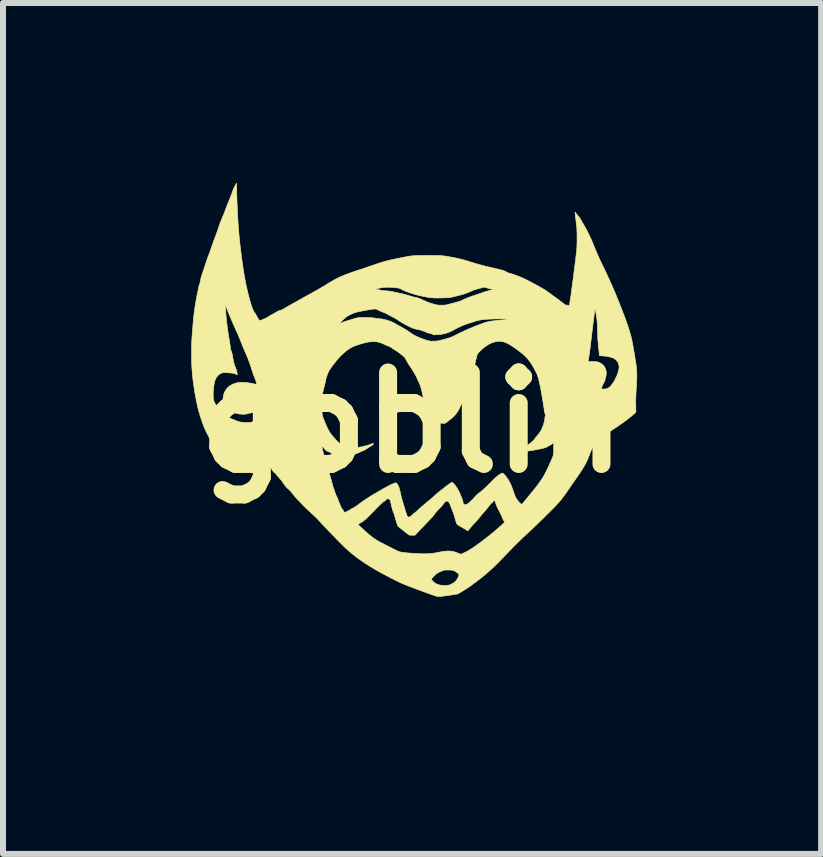
<source format=kicad_pcb>
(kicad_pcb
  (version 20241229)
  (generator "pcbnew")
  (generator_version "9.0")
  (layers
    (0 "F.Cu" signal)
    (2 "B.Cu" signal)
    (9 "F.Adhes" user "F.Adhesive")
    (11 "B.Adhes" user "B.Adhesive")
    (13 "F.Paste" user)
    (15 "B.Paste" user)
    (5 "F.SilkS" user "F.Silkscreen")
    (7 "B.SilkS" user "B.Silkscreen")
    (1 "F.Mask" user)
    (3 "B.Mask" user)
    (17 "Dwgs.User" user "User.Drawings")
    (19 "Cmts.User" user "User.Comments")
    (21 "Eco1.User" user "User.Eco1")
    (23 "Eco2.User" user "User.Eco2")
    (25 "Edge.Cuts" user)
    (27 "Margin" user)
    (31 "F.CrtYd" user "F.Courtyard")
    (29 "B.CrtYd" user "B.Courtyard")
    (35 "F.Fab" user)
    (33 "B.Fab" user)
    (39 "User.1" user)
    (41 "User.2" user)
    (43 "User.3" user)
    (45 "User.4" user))
  (footprint "goblin"
    (layer "F.Cu")
    (at 3.817 3.993)
    (property "Reference" "goblin" (at 0 0 0) (layer "F.SilkS") (effects (font (size 1.524 1.524) (thickness 0.3))))
    (attr through_hole)
    (fp_poly (pts (xy -2.881 -0.11) (xy -2.877 -0.108) (xy -2.874 -0.105) (xy -2.876 -0.105) (xy -2.877 -0.105) (xy -2.883 -0.106) (xy -2.884 -0.108) (xy -2.885 -0.111) (xy -2.881 -0.11)) (stroke (width 0.01) (type solid)) (fill yes) (layer "F.Mask"))
    (fp_poly (pts (xy -2.501 -1.785) (xy -2.5 -1.784) (xy -2.501 -1.782) (xy -2.503 -1.781) (xy -2.508 -1.783) (xy -2.508 -1.784) (xy -2.506 -1.787) (xy -2.505 -1.788) (xy -2.501 -1.785)) (stroke (width 0.01) (type solid)) (fill yes) (layer "F.Mask"))
    (fp_poly (pts (xy 1.657 4.171) (xy 1.656 4.176) (xy 1.653 4.18) (xy 1.649 4.184) (xy 1.648 4.183) (xy 1.65 4.178) (xy 1.652 4.173) (xy 1.656 4.17) (xy 1.657 4.171)) (stroke (width 0.01) (type solid)) (fill yes) (layer "F.Mask"))
    (fp_poly (pts (xy -0.52 -1.047) (xy -0.517 -1.045) (xy -0.516 -1.043) (xy -0.514 -1.038) (xy -0.51 -1.028) (xy -0.505 -1.015) (xy -0.498 -0.998) (xy -0.491 -0.98) (xy -0.49 -0.976) (xy -0.483 -0.959) (xy -0.475 -0.939) (xy -0.466 -0.916) (xy -0.457 -0.89) (xy -0.446 -0.863) (xy -0.435 -0.835) (xy -0.425 -0.807) (xy -0.414 -0.778) (xy -0.404 -0.751) (xy -0.394 -0.725) (xy -0.385 -0.702) (xy -0.377 -0.681) (xy -0.371 -0.663) (xy -0.366 -0.65) (xy -0.363 -0.641) (xy -0.362 -0.638) (xy -0.362 -0.636) (xy -0.365 -0.636) (xy -0.369 -0.637) (xy -0.377 -0.641) (xy -0.388 -0.648) (xy -0.401 -0.655) (xy -0.43 -0.674) (xy -0.456 -0.691) (xy -0.478 -0.708) (xy -0.498 -0.727) (xy -0.518 -0.747) (xy -0.536 -0.767) (xy -0.548 -0.781) (xy -0.561 -0.797) (xy -0.575 -0.815) (xy -0.59 -0.834) (xy -0.604 -0.852) (xy -0.617 -0.869) (xy -0.628 -0.885) (xy -0.637 -0.897) (xy -0.643 -0.906) (xy -0.645 -0.911) (xy -0.647 -0.918) (xy -0.647 -0.93) (xy -0.647 -0.939) (xy -0.642 -0.964) (xy -0.631 -0.986) (xy -0.616 -1.007) (xy -0.598 -1.024) (xy -0.576 -1.037) (xy -0.552 -1.045) (xy -0.537 -1.047) (xy -0.526 -1.048) (xy -0.52 -1.047)) (stroke (width 0.01) (type solid)) (fill yes) (layer "F.Mask"))
    (fp_poly (pts (xy 0.73 0.292) (xy 0.763 0.301) (xy 0.793 0.314) (xy 0.82 0.333) (xy 0.844 0.355) (xy 0.865 0.381) (xy 0.88 0.41) (xy 0.891 0.441) (xy 0.897 0.474) (xy 0.897 0.504) (xy 0.892 0.54) (xy 0.88 0.574) (xy 0.863 0.604) (xy 0.84 0.632) (xy 0.825 0.646) (xy 0.804 0.662) (xy 0.779 0.675) (xy 0.75 0.687) (xy 0.733 0.692) (xy 0.718 0.697) (xy 0.698 0.703) (xy 0.677 0.71) (xy 0.657 0.716) (xy 0.652 0.718) (xy 0.62 0.727) (xy 0.586 0.735) (xy 0.551 0.74) (xy 0.512 0.744) (xy 0.47 0.747) (xy 0.43 0.748) (xy 0.409 0.748) (xy 0.388 0.749) (xy 0.37 0.749) (xy 0.355 0.75) (xy 0.345 0.751) (xy 0.343 0.751) (xy 0.331 0.752) (xy 0.316 0.753) (xy 0.301 0.752) (xy 0.3 0.752) (xy 0.266 0.746) (xy 0.232 0.736) (xy 0.2 0.722) (xy 0.172 0.704) (xy 0.154 0.688) (xy 0.131 0.661) (xy 0.115 0.632) (xy 0.104 0.601) (xy 0.099 0.569) (xy 0.1 0.536) (xy 0.107 0.503) (xy 0.118 0.473) (xy 0.128 0.456) (xy 0.143 0.438) (xy 0.16 0.42) (xy 0.179 0.404) (xy 0.197 0.393) (xy 0.2 0.391) (xy 0.231 0.379) (xy 0.263 0.373) (xy 0.297 0.372) (xy 0.327 0.374) (xy 0.338 0.375) (xy 0.35 0.375) (xy 0.364 0.374) (xy 0.381 0.371) (xy 0.401 0.366) (xy 0.425 0.36) (xy 0.452 0.352) (xy 0.485 0.342) (xy 0.523 0.331) (xy 0.539 0.325) (xy 0.57 0.315) (xy 0.596 0.307) (xy 0.618 0.301) (xy 0.636 0.296) (xy 0.652 0.293) (xy 0.665 0.291) (xy 0.678 0.29) (xy 0.69 0.289) (xy 0.696 0.289) (xy 0.73 0.292)) (stroke (width 0.01) (type solid)) (fill yes) (layer "F.Mask"))
    (fp_poly (pts (xy 1.355 -0.959) (xy 1.379 -0.957) (xy 1.401 -0.952) (xy 1.421 -0.944) (xy 1.432 -0.938) (xy 1.445 -0.929) (xy 1.457 -0.919) (xy 1.467 -0.909) (xy 1.475 -0.9) (xy 1.478 -0.894) (xy 1.478 -0.887) (xy 1.475 -0.876) (xy 1.47 -0.86) (xy 1.464 -0.841) (xy 1.456 -0.819) (xy 1.447 -0.796) (xy 1.436 -0.771) (xy 1.426 -0.747) (xy 1.415 -0.723) (xy 1.404 -0.7) (xy 1.403 -0.698) (xy 1.396 -0.685) (xy 1.39 -0.673) (xy 1.383 -0.66) (xy 1.374 -0.647) (xy 1.365 -0.631) (xy 1.353 -0.614) (xy 1.34 -0.593) (xy 1.323 -0.569) (xy 1.304 -0.54) (xy 1.295 -0.527) (xy 1.284 -0.511) (xy 1.272 -0.492) (xy 1.258 -0.471) (xy 1.244 -0.449) (xy 1.231 -0.429) (xy 1.218 -0.408) (xy 1.208 -0.392) (xy 1.2 -0.38) (xy 1.193 -0.373) (xy 1.188 -0.369) (xy 1.184 -0.369) (xy 1.18 -0.37) (xy 1.177 -0.373) (xy 1.173 -0.381) (xy 1.173 -0.385) (xy 1.174 -0.391) (xy 1.176 -0.401) (xy 1.179 -0.415) (xy 1.182 -0.431) (xy 1.183 -0.437) (xy 1.187 -0.461) (xy 1.193 -0.489) (xy 1.199 -0.517) (xy 1.205 -0.547) (xy 1.211 -0.576) (xy 1.217 -0.604) (xy 1.223 -0.63) (xy 1.228 -0.654) (xy 1.233 -0.674) (xy 1.237 -0.689) (xy 1.24 -0.7) (xy 1.24 -0.7) (xy 1.244 -0.711) (xy 1.249 -0.726) (xy 1.256 -0.744) (xy 1.264 -0.765) (xy 1.272 -0.786) (xy 1.275 -0.794) (xy 1.283 -0.816) (xy 1.292 -0.84) (xy 1.3 -0.862) (xy 1.307 -0.882) (xy 1.312 -0.899) (xy 1.313 -0.902) (xy 1.319 -0.922) (xy 1.324 -0.936) (xy 1.328 -0.946) (xy 1.331 -0.953) (xy 1.336 -0.957) (xy 1.341 -0.958) (xy 1.349 -0.959) (xy 1.355 -0.959)) (stroke (width 0.01) (type solid)) (fill yes) (layer "F.Mask"))
    (fp_poly (pts (xy -0.967 -0.825) (xy -0.964 -0.822) (xy -0.958 -0.814) (xy -0.95 -0.801) (xy -0.94 -0.786) (xy -0.929 -0.768) (xy -0.917 -0.75) (xy -0.883 -0.696) (xy -0.852 -0.648) (xy -0.823 -0.604) (xy -0.795 -0.565) (xy -0.77 -0.531) (xy -0.746 -0.499) (xy -0.723 -0.472) (xy -0.701 -0.447) (xy -0.688 -0.432) (xy -0.667 -0.411) (xy -0.649 -0.394) (xy -0.635 -0.38) (xy -0.622 -0.368) (xy -0.609 -0.358) (xy -0.597 -0.348) (xy -0.584 -0.339) (xy -0.57 -0.33) (xy -0.553 -0.319) (xy -0.536 -0.309) (xy -0.521 -0.298) (xy -0.508 -0.29) (xy -0.505 -0.288) (xy -0.491 -0.279) (xy -0.475 -0.27) (xy -0.46 -0.263) (xy -0.46 -0.263) (xy -0.445 -0.256) (xy -0.428 -0.248) (xy -0.416 -0.241) (xy -0.39 -0.227) (xy -0.361 -0.215) (xy -0.332 -0.204) (xy -0.317 -0.2) (xy -0.294 -0.194) (xy -0.275 -0.188) (xy -0.26 -0.181) (xy -0.247 -0.173) (xy -0.234 -0.163) (xy -0.223 -0.154) (xy -0.212 -0.143) (xy -0.203 -0.134) (xy -0.197 -0.126) (xy -0.195 -0.123) (xy -0.196 -0.115) (xy -0.199 -0.103) (xy -0.205 -0.087) (xy -0.213 -0.07) (xy -0.223 -0.05) (xy -0.234 -0.03) (xy -0.246 -0.011) (xy -0.246 -0.01) (xy -0.27 0.021) (xy -0.299 0.05) (xy -0.333 0.076) (xy -0.336 0.078) (xy -0.381 0.104) (xy -0.425 0.124) (xy -0.47 0.139) (xy -0.497 0.145) (xy -0.511 0.148) (xy -0.528 0.152) (xy -0.548 0.158) (xy -0.567 0.164) (xy -0.572 0.165) (xy -0.6 0.174) (xy -0.624 0.181) (xy -0.646 0.187) (xy -0.667 0.19) (xy -0.689 0.193) (xy -0.714 0.194) (xy -0.744 0.195) (xy -0.749 0.195) (xy -0.775 0.196) (xy -0.796 0.196) (xy -0.813 0.195) (xy -0.828 0.194) (xy -0.843 0.192) (xy -0.854 0.191) (xy -0.916 0.178) (xy -0.973 0.161) (xy -1.027 0.138) (xy -1.077 0.111) (xy -1.123 0.079) (xy -1.165 0.043) (xy -1.202 0.002) (xy -1.235 -0.043) (xy -1.258 -0.083) (xy -1.265 -0.096) (xy -1.27 -0.108) (xy -1.274 -0.117) (xy -1.275 -0.12) (xy -1.275 -0.127) (xy -1.275 -0.139) (xy -1.275 -0.156) (xy -1.274 -0.178) (xy -1.273 -0.203) (xy -1.272 -0.23) (xy -1.27 -0.26) (xy -1.268 -0.291) (xy -1.267 -0.305) (xy -1.265 -0.326) (xy -1.263 -0.347) (xy -1.26 -0.367) (xy -1.256 -0.388) (xy -1.252 -0.41) (xy -1.246 -0.435) (xy -1.239 -0.464) (xy -1.231 -0.496) (xy -1.221 -0.533) (xy -1.215 -0.556) (xy -1.208 -0.579) (xy -1.202 -0.602) (xy -1.197 -0.622) (xy -1.194 -0.635) (xy -1.189 -0.652) (xy -1.184 -0.668) (xy -1.179 -0.681) (xy -1.175 -0.69) (xy -1.166 -0.703) (xy -1.152 -0.719) (xy -1.135 -0.735) (xy -1.114 -0.752) (xy -1.092 -0.769) (xy -1.068 -0.784) (xy -1.045 -0.798) (xy -1.038 -0.801) (xy -1.014 -0.813) (xy -0.995 -0.821) (xy -0.981 -0.826) (xy -0.971 -0.827) (xy -0.967 -0.825)) (stroke (width 0.01) (type solid)) (fill yes) (layer "F.Mask"))
    (fp_poly (pts (xy 1.778 -0.667) (xy 1.791 -0.666) (xy 1.8 -0.662) (xy 1.805 -0.656) (xy 1.806 -0.654) (xy 1.809 -0.647) (xy 1.812 -0.634) (xy 1.816 -0.617) (xy 1.819 -0.597) (xy 1.822 -0.577) (xy 1.824 -0.556) (xy 1.825 -0.543) (xy 1.828 -0.52) (xy 1.831 -0.495) (xy 1.835 -0.471) (xy 1.838 -0.459) (xy 1.843 -0.438) (xy 1.846 -0.421) (xy 1.848 -0.407) (xy 1.85 -0.392) (xy 1.852 -0.376) (xy 1.853 -0.365) (xy 1.854 -0.349) (xy 1.857 -0.331) (xy 1.86 -0.313) (xy 1.864 -0.298) (xy 1.867 -0.287) (xy 1.867 -0.287) (xy 1.87 -0.277) (xy 1.874 -0.262) (xy 1.879 -0.243) (xy 1.884 -0.222) (xy 1.888 -0.201) (xy 1.892 -0.181) (xy 1.892 -0.178) (xy 1.895 -0.162) (xy 1.9 -0.141) (xy 1.905 -0.118) (xy 1.91 -0.095) (xy 1.915 -0.075) (xy 1.921 -0.052) (xy 1.926 -0.028) (xy 1.931 -0.004) (xy 1.936 0.017) (xy 1.939 0.031) (xy 1.946 0.074) (xy 1.936 0.088) (xy 1.931 0.095) (xy 1.922 0.106) (xy 1.91 0.118) (xy 1.896 0.133) (xy 1.882 0.148) (xy 1.88 0.149) (xy 1.849 0.179) (xy 1.82 0.203) (xy 1.793 0.224) (xy 1.765 0.241) (xy 1.737 0.256) (xy 1.707 0.268) (xy 1.689 0.274) (xy 1.65 0.286) (xy 1.613 0.293) (xy 1.575 0.297) (xy 1.535 0.297) (xy 1.493 0.295) (xy 1.438 0.288) (xy 1.381 0.276) (xy 1.324 0.261) (xy 1.27 0.242) (xy 1.252 0.234) (xy 1.227 0.222) (xy 1.199 0.208) (xy 1.171 0.191) (xy 1.145 0.174) (xy 1.129 0.163) (xy 1.115 0.152) (xy 1.099 0.139) (xy 1.083 0.125) (xy 1.068 0.111) (xy 1.055 0.097) (xy 1.044 0.086) (xy 1.038 0.079) (xy 1.034 0.072) (xy 1.033 0.067) (xy 1.035 0.062) (xy 1.041 0.056) (xy 1.052 0.049) (xy 1.068 0.041) (xy 1.077 0.037) (xy 1.113 0.018) (xy 1.144 0.001) (xy 1.17 -0.016) (xy 1.193 -0.033) (xy 1.199 -0.039) (xy 1.214 -0.05) (xy 1.231 -0.063) (xy 1.247 -0.075) (xy 1.253 -0.079) (xy 1.28 -0.098) (xy 1.305 -0.12) (xy 1.326 -0.141) (xy 1.332 -0.15) (xy 1.342 -0.16) (xy 1.354 -0.171) (xy 1.364 -0.179) (xy 1.372 -0.185) (xy 1.384 -0.195) (xy 1.398 -0.208) (xy 1.413 -0.222) (xy 1.426 -0.235) (xy 1.441 -0.25) (xy 1.453 -0.263) (xy 1.464 -0.275) (xy 1.474 -0.288) (xy 1.485 -0.302) (xy 1.497 -0.32) (xy 1.51 -0.34) (xy 1.524 -0.361) (xy 1.538 -0.384) (xy 1.551 -0.406) (xy 1.563 -0.426) (xy 1.572 -0.444) (xy 1.574 -0.447) (xy 1.585 -0.468) (xy 1.596 -0.491) (xy 1.607 -0.514) (xy 1.618 -0.538) (xy 1.628 -0.561) (xy 1.638 -0.581) (xy 1.646 -0.599) (xy 1.652 -0.614) (xy 1.655 -0.624) (xy 1.656 -0.625) (xy 1.66 -0.635) (xy 1.664 -0.641) (xy 1.673 -0.647) (xy 1.676 -0.649) (xy 1.702 -0.659) (xy 1.731 -0.666) (xy 1.761 -0.668) (xy 1.778 -0.667)) (stroke (width 0.01) (type solid)) (fill yes) (layer "F.Mask"))
    (fp_poly (pts (xy -2.923 -3.985) (xy -2.923 -3.976) (xy -2.922 -3.963) (xy -2.922 -3.945) (xy -2.922 -3.924) (xy -2.922 -3.901) (xy -2.922 -3.89) (xy -2.922 -3.848) (xy -2.921 -3.8) (xy -2.919 -3.747) (xy -2.918 -3.69) (xy -2.915 -3.63) (xy -2.912 -3.568) (xy -2.909 -3.504) (xy -2.906 -3.439) (xy -2.902 -3.374) (xy -2.898 -3.31) (xy -2.893 -3.247) (xy -2.889 -3.191) (xy -2.885 -3.143) (xy -2.88 -3.09) (xy -2.874 -3.034) (xy -2.868 -2.975) (xy -2.861 -2.914) (xy -2.853 -2.852) (xy -2.846 -2.79) (xy -2.838 -2.729) (xy -2.829 -2.669) (xy -2.821 -2.611) (xy -2.813 -2.556) (xy -2.805 -2.505) (xy -2.798 -2.46) (xy -2.792 -2.429) (xy -2.778 -2.354) (xy -2.764 -2.283) (xy -2.749 -2.218) (xy -2.735 -2.156) (xy -2.719 -2.096) (xy -2.703 -2.038) (xy -2.686 -1.98) (xy -2.685 -1.976) (xy -2.676 -1.947) (xy -2.668 -1.924) (xy -2.662 -1.905) (xy -2.655 -1.889) (xy -2.649 -1.875) (xy -2.642 -1.862) (xy -2.635 -1.849) (xy -2.626 -1.836) (xy -2.621 -1.829) (xy -2.612 -1.815) (xy -2.601 -1.798) (xy -2.592 -1.781) (xy -2.589 -1.776) (xy -2.578 -1.755) (xy -2.568 -1.739) (xy -2.561 -1.726) (xy -2.555 -1.718) (xy -2.55 -1.712) (xy -2.545 -1.709) (xy -2.543 -1.708) (xy -2.533 -1.705) (xy -2.522 -1.705) (xy -2.511 -1.708) (xy -2.495 -1.715) (xy -2.494 -1.715) (xy -2.481 -1.721) (xy -2.468 -1.727) (xy -2.457 -1.73) (xy -2.457 -1.73) (xy -2.448 -1.733) (xy -2.435 -1.74) (xy -2.419 -1.75) (xy -2.402 -1.76) (xy -2.383 -1.772) (xy -2.363 -1.785) (xy -2.342 -1.796) (xy -2.324 -1.806) (xy -2.323 -1.807) (xy -2.307 -1.815) (xy -2.293 -1.823) (xy -2.28 -1.83) (xy -2.272 -1.835) (xy -2.272 -1.835) (xy -2.261 -1.841) (xy -2.249 -1.849) (xy -2.242 -1.853) (xy -2.231 -1.858) (xy -2.221 -1.863) (xy -2.216 -1.866) (xy -2.207 -1.869) (xy -2.199 -1.87) (xy -2.191 -1.871) (xy -2.18 -1.875) (xy -2.167 -1.881) (xy -2.149 -1.89) (xy -2.127 -1.903) (xy -2.125 -1.905) (xy -2.112 -1.912) (xy -2.101 -1.918) (xy -2.093 -1.922) (xy -2.09 -1.924) (xy -2.09 -1.924) (xy -2.087 -1.926) (xy -2.081 -1.93) (xy -2.08 -1.93) (xy -2.076 -1.933) (xy -2.071 -1.936) (xy -2.064 -1.94) (xy -2.054 -1.945) (xy -2.041 -1.953) (xy -2.023 -1.963) (xy -2.019 -1.965) (xy -2.01 -1.97) (xy -2.004 -1.974) (xy -2.002 -1.975) (xy -1.997 -1.978) (xy -1.989 -1.983) (xy -1.975 -1.99) (xy -1.957 -2.001) (xy -1.949 -2.004) (xy -1.918 -2.021) (xy -1.89 -2.037) (xy -1.864 -2.051) (xy -1.837 -2.067) (xy -1.83 -2.071) (xy -1.816 -2.079) (xy -1.798 -2.089) (xy -1.776 -2.101) (xy -1.753 -2.114) (xy -1.729 -2.127) (xy -1.71 -2.137) (xy -1.663 -2.163) (xy -1.621 -2.187) (xy -1.581 -2.209) (xy -1.56 -2.221) (xy -0.621 -2.221) (xy -0.587 -2.217) (xy -0.569 -2.215) (xy -0.549 -2.212) (xy -0.531 -2.208) (xy -0.525 -2.207) (xy -0.507 -2.203) (xy -0.483 -2.2) (xy -0.452 -2.197) (xy -0.426 -2.195) (xy -0.402 -2.194) (xy -0.382 -2.192) (xy -0.366 -2.19) (xy -0.351 -2.188) (xy -0.337 -2.185) (xy -0.321 -2.182) (xy -0.302 -2.177) (xy -0.299 -2.176) (xy -0.275 -2.171) (xy -0.249 -2.165) (xy -0.222 -2.159) (xy -0.198 -2.154) (xy -0.189 -2.153) (xy -0.126 -2.138) (xy -0.078 -2.124) (xy -0.053 -2.116) (xy -0.032 -2.11) (xy -0.016 -2.105) (xy -0.001 -2.1) (xy 0.012 -2.097) (xy 0.025 -2.094) (xy 0.04 -2.091) (xy 0.048 -2.089) (xy 0.07 -2.085) (xy 0.089 -2.08) (xy 0.107 -2.074) (xy 0.125 -2.068) (xy 0.145 -2.06) (xy 0.168 -2.049) (xy 0.183 -2.042) (xy 0.208 -2.03) (xy 0.23 -2.02) (xy 0.249 -2.012) (xy 0.266 -2.005) (xy 0.282 -1.999) (xy 0.3 -1.993) (xy 0.32 -1.987) (xy 0.338 -1.981) (xy 0.365 -1.973) (xy 0.388 -1.967) (xy 0.408 -1.963) (xy 0.426 -1.96) (xy 0.445 -1.958) (xy 0.465 -1.957) (xy 0.489 -1.957) (xy 0.502 -1.957) (xy 0.523 -1.957) (xy 0.54 -1.958) (xy 0.553 -1.959) (xy 0.564 -1.96) (xy 0.575 -1.962) (xy 0.586 -1.965) (xy 0.597 -1.968) (xy 0.611 -1.972) (xy 0.63 -1.977) (xy 0.652 -1.983) (xy 0.675 -1.989) (xy 0.699 -1.995) (xy 0.706 -1.997) (xy 0.733 -2.004) (xy 0.755 -2.01) (xy 0.772 -2.015) (xy 0.787 -2.019) (xy 0.799 -2.024) (xy 0.811 -2.028) (xy 0.823 -2.034) (xy 0.832 -2.038) (xy 0.892 -2.066) (xy 0.957 -2.092) (xy 1.026 -2.116) (xy 1.068 -2.13) (xy 1.086 -2.135) (xy 1.108 -2.143) (xy 1.131 -2.15) (xy 1.153 -2.158) (xy 1.164 -2.162) (xy 1.209 -2.178) (xy 1.255 -2.192) (xy 1.299 -2.205) (xy 1.341 -2.215) (xy 1.351 -2.217) (xy 1.389 -2.225) (xy 1.357 -2.225) (xy 1.315 -2.228) (xy 1.276 -2.236) (xy 1.254 -2.243) (xy 1.236 -2.249) (xy 1.224 -2.254) (xy 1.215 -2.256) (xy 1.207 -2.257) (xy 1.2 -2.256) (xy 1.192 -2.254) (xy 1.189 -2.254) (xy 1.153 -2.244) (xy 1.123 -2.236) (xy 1.098 -2.229) (xy 1.076 -2.224) (xy 1.058 -2.218) (xy 1.043 -2.213) (xy 1.029 -2.209) (xy 1.017 -2.204) (xy 1.005 -2.2) (xy 0.993 -2.194) (xy 0.98 -2.188) (xy 0.977 -2.187) (xy 0.952 -2.176) (xy 0.929 -2.166) (xy 0.908 -2.158) (xy 0.887 -2.15) (xy 0.865 -2.143) (xy 0.84 -2.136) (xy 0.812 -2.128) (xy 0.794 -2.123) (xy 0.758 -2.114) (xy 0.727 -2.106) (xy 0.7 -2.1) (xy 0.677 -2.094) (xy 0.657 -2.09) (xy 0.638 -2.087) (xy 0.62 -2.084) (xy 0.603 -2.082) (xy 0.584 -2.081) (xy 0.563 -2.08) (xy 0.54 -2.079) (xy 0.514 -2.078) (xy 0.483 -2.078) (xy 0.451 -2.077) (xy 0.423 -2.077) (xy 0.398 -2.077) (xy 0.375 -2.077) (xy 0.354 -2.078) (xy 0.333 -2.08) (xy 0.311 -2.082) (xy 0.288 -2.085) (xy 0.263 -2.089) (xy 0.234 -2.094) (xy 0.202 -2.1) (xy 0.164 -2.108) (xy 0.152 -2.11) (xy 0.136 -2.114) (xy 0.114 -2.119) (xy 0.088 -2.126) (xy 0.058 -2.134) (xy 0.027 -2.144) (xy -0.006 -2.154) (xy -0.04 -2.165) (xy -0.068 -2.174) (xy -0.109 -2.189) (xy -0.152 -2.209) (xy -0.183 -2.226) (xy -0.193 -2.231) (xy -0.203 -2.235) (xy -0.212 -2.238) (xy -0.225 -2.241) (xy -0.241 -2.244) (xy -0.247 -2.245) (xy -0.293 -2.25) (xy -0.339 -2.254) (xy -0.383 -2.256) (xy -0.423 -2.256) (xy -0.452 -2.255) (xy -0.488 -2.251) (xy -0.525 -2.245) (xy -0.56 -2.238) (xy -0.591 -2.23) (xy -0.598 -2.228) (xy -0.621 -2.221) (xy -1.56 -2.221) (xy -1.542 -2.231) (xy -1.504 -2.254) (xy -1.463 -2.278) (xy -1.426 -2.301) (xy -1.386 -2.326) (xy -1.35 -2.347) (xy -1.318 -2.366) (xy -1.289 -2.382) (xy -1.262 -2.397) (xy -1.236 -2.41) (xy -1.21 -2.423) (xy -1.184 -2.434) (xy -1.157 -2.446) (xy -1.128 -2.458) (xy -1.121 -2.461) (xy -1.107 -2.466) (xy -1.095 -2.471) (xy -1.082 -2.476) (xy -1.07 -2.48) (xy -1.057 -2.485) (xy -1.042 -2.49) (xy -1.026 -2.496) (xy -1.008 -2.502) (xy -0.986 -2.51) (xy -0.962 -2.518) (xy -0.933 -2.528) (xy -0.901 -2.539) (xy -0.863 -2.551) (xy -0.821 -2.565) (xy -0.803 -2.571) (xy -0.767 -2.583) (xy -0.731 -2.596) (xy -0.696 -2.607) (xy -0.663 -2.618) (xy -0.632 -2.629) (xy -0.605 -2.638) (xy -0.581 -2.646) (xy -0.562 -2.652) (xy -0.548 -2.657) (xy -0.544 -2.659) (xy -0.513 -2.669) (xy -0.479 -2.679) (xy -0.44 -2.69) (xy -0.397 -2.701) (xy -0.35 -2.712) (xy -0.297 -2.724) (xy -0.239 -2.736) (xy -0.175 -2.749) (xy -0.159 -2.752) (xy -0.129 -2.758) (xy -0.103 -2.763) (xy -0.08 -2.768) (xy -0.058 -2.771) (xy -0.038 -2.774) (xy -0.018 -2.777) (xy 0.002 -2.779) (xy 0.022 -2.781) (xy 0.044 -2.782) (xy 0.069 -2.783) (xy 0.096 -2.784) (xy 0.126 -2.784) (xy 0.161 -2.784) (xy 0.201 -2.785) (xy 0.246 -2.785) (xy 0.256 -2.785) (xy 0.301 -2.785) (xy 0.341 -2.785) (xy 0.376 -2.784) (xy 0.407 -2.784) (xy 0.434 -2.784) (xy 0.457 -2.783) (xy 0.479 -2.782) (xy 0.498 -2.781) (xy 0.517 -2.779) (xy 0.534 -2.777) (xy 0.553 -2.775) (xy 0.572 -2.772) (xy 0.592 -2.769) (xy 0.603 -2.767) (xy 0.679 -2.753) (xy 0.75 -2.739) (xy 0.817 -2.723) (xy 0.882 -2.706) (xy 0.946 -2.687) (xy 0.954 -2.684) (xy 1.011 -2.666) (xy 1.067 -2.649) (xy 1.123 -2.633) (xy 1.181 -2.618) (xy 1.24 -2.602) (xy 1.304 -2.587) (xy 1.372 -2.572) (xy 1.379 -2.57) (xy 1.416 -2.562) (xy 1.447 -2.555) (xy 1.474 -2.548) (xy 1.496 -2.542) (xy 1.515 -2.536) (xy 1.532 -2.531) (xy 1.546 -2.525) (xy 1.559 -2.518) (xy 1.571 -2.511) (xy 1.584 -2.504) (xy 1.584 -2.503) (xy 1.593 -2.499) (xy 1.606 -2.494) (xy 1.618 -2.491) (xy 1.634 -2.487) (xy 1.655 -2.48) (xy 1.679 -2.473) (xy 1.706 -2.464) (xy 1.733 -2.454) (xy 1.76 -2.444) (xy 1.786 -2.434) (xy 1.809 -2.425) (xy 1.815 -2.422) (xy 1.876 -2.395) (xy 1.932 -2.367) (xy 1.957 -2.354) (xy 1.972 -2.346) (xy 1.988 -2.338) (xy 2 -2.331) (xy 2.014 -2.324) (xy 2.03 -2.315) (xy 2.043 -2.308) (xy 2.058 -2.3) (xy 2.073 -2.292) (xy 2.086 -2.285) (xy 2.098 -2.279) (xy 2.111 -2.272) (xy 2.119 -2.267) (xy 2.13 -2.261) (xy 2.142 -2.254) (xy 2.146 -2.252) (xy 2.162 -2.243) (xy 2.179 -2.233) (xy 2.195 -2.223) (xy 2.211 -2.213) (xy 2.225 -2.205) (xy 2.236 -2.197) (xy 2.243 -2.192) (xy 2.245 -2.191) (xy 2.248 -2.188) (xy 2.255 -2.183) (xy 2.258 -2.181) (xy 2.265 -2.176) (xy 2.275 -2.169) (xy 2.287 -2.161) (xy 2.3 -2.151) (xy 2.314 -2.141) (xy 2.327 -2.132) (xy 2.337 -2.124) (xy 2.345 -2.118) (xy 2.349 -2.115) (xy 2.349 -2.115) (xy 2.353 -2.112) (xy 2.361 -2.106) (xy 2.372 -2.098) (xy 2.388 -2.087) (xy 2.405 -2.074) (xy 2.425 -2.06) (xy 2.426 -2.06) (xy 2.437 -2.052) (xy 2.446 -2.046) (xy 2.451 -2.041) (xy 2.452 -2.041) (xy 2.456 -2.037) (xy 2.464 -2.03) (xy 2.47 -2.026) (xy 2.478 -2.019) (xy 2.484 -2.015) (xy 2.486 -2.013) (xy 2.489 -2.01) (xy 2.496 -2.005) (xy 2.507 -1.997) (xy 2.52 -1.988) (xy 2.528 -1.982) (xy 2.543 -1.971) (xy 2.555 -1.963) (xy 2.563 -1.958) (xy 2.568 -1.956) (xy 2.572 -1.955) (xy 2.576 -1.956) (xy 2.576 -1.956) (xy 2.584 -1.958) (xy 2.595 -1.957) (xy 2.6 -1.956) (xy 2.612 -1.954) (xy 2.62 -1.953) (xy 2.624 -1.956) (xy 2.626 -1.963) (xy 2.627 -1.975) (xy 2.627 -1.976) (xy 2.629 -1.99) (xy 2.631 -2.008) (xy 2.634 -2.027) (xy 2.636 -2.046) (xy 2.639 -2.064) (xy 2.642 -2.079) (xy 2.644 -2.089) (xy 2.645 -2.092) (xy 2.647 -2.101) (xy 2.648 -2.114) (xy 2.65 -2.126) (xy 2.65 -2.134) (xy 2.652 -2.147) (xy 2.654 -2.165) (xy 2.657 -2.187) (xy 2.66 -2.212) (xy 2.664 -2.24) (xy 2.668 -2.269) (xy 2.67 -2.286) (xy 2.674 -2.313) (xy 2.678 -2.344) (xy 2.683 -2.378) (xy 2.687 -2.416) (xy 2.692 -2.455) (xy 2.698 -2.496) (xy 2.703 -2.538) (xy 2.708 -2.581) (xy 2.714 -2.623) (xy 2.719 -2.663) (xy 2.724 -2.702) (xy 2.728 -2.739) (xy 2.732 -2.773) (xy 2.736 -2.803) (xy 2.739 -2.829) (xy 2.741 -2.85) (xy 2.743 -2.866) (xy 2.743 -2.867) (xy 2.745 -2.888) (xy 2.747 -2.914) (xy 2.748 -2.943) (xy 2.749 -2.975) (xy 2.75 -3.008) (xy 2.75 -3.043) (xy 2.75 -3.078) (xy 2.75 -3.113) (xy 2.75 -3.147) (xy 2.749 -3.178) (xy 2.748 -3.207) (xy 2.747 -3.231) (xy 2.746 -3.252) (xy 2.744 -3.267) (xy 2.744 -3.27) (xy 2.74 -3.288) (xy 2.738 -3.302) (xy 2.737 -3.316) (xy 2.735 -3.333) (xy 2.735 -3.337) (xy 2.734 -3.353) (xy 2.732 -3.372) (xy 2.729 -3.39) (xy 2.728 -3.396) (xy 2.725 -3.418) (xy 2.723 -3.44) (xy 2.72 -3.461) (xy 2.719 -3.479) (xy 2.718 -3.493) (xy 2.718 -3.497) (xy 2.718 -3.509) (xy 2.733 -3.488) (xy 2.742 -3.477) (xy 2.753 -3.463) (xy 2.765 -3.448) (xy 2.772 -3.44) (xy 2.782 -3.427) (xy 2.791 -3.415) (xy 2.798 -3.404) (xy 2.802 -3.399) (xy 2.805 -3.393) (xy 2.812 -3.382) (xy 2.82 -3.367) (xy 2.83 -3.35) (xy 2.841 -3.331) (xy 2.849 -3.318) (xy 2.874 -3.274) (xy 2.897 -3.234) (xy 2.917 -3.197) (xy 2.935 -3.161) (xy 2.952 -3.126) (xy 2.969 -3.091) (xy 2.986 -3.053) (xy 3.003 -3.013) (xy 3.022 -2.968) (xy 3.026 -2.959) (xy 3.042 -2.919) (xy 3.056 -2.884) (xy 3.069 -2.854) (xy 3.081 -2.826) (xy 3.091 -2.802) (xy 3.101 -2.779) (xy 3.111 -2.757) (xy 3.121 -2.734) (xy 3.132 -2.712) (xy 3.143 -2.687) (xy 3.156 -2.66) (xy 3.171 -2.63) (xy 3.172 -2.627) (xy 3.204 -2.561) (xy 3.233 -2.5) (xy 3.259 -2.443) (xy 3.284 -2.39) (xy 3.307 -2.339) (xy 3.329 -2.29) (xy 3.351 -2.241) (xy 3.371 -2.193) (xy 3.392 -2.145) (xy 3.412 -2.095) (xy 3.433 -2.043) (xy 3.453 -1.994) (xy 3.482 -1.92) (xy 3.508 -1.851) (xy 3.533 -1.788) (xy 3.555 -1.729) (xy 3.574 -1.674) (xy 3.592 -1.623) (xy 3.608 -1.576) (xy 3.622 -1.531) (xy 3.634 -1.49) (xy 3.645 -1.451) (xy 3.655 -1.413) (xy 3.663 -1.377) (xy 3.669 -1.351) (xy 3.673 -1.329) (xy 3.678 -1.302) (xy 3.683 -1.27) (xy 3.69 -1.235) (xy 3.696 -1.197) (xy 3.703 -1.158) (xy 3.709 -1.118) (xy 3.716 -1.077) (xy 3.722 -1.038) (xy 3.728 -1) (xy 3.733 -0.966) (xy 3.738 -0.935) (xy 3.739 -0.928) (xy 3.742 -0.903) (xy 3.744 -0.873) (xy 3.745 -0.838) (xy 3.746 -0.8) (xy 3.746 -0.76) (xy 3.745 -0.718) (xy 3.744 -0.676) (xy 3.741 -0.634) (xy 3.741 -0.622) (xy 3.737 -0.57) (xy 3.734 -0.523) (xy 3.732 -0.481) (xy 3.73 -0.442) (xy 3.729 -0.406) (xy 3.728 -0.371) (xy 3.728 -0.338) (xy 3.728 -0.304) (xy 3.729 -0.276) (xy 3.731 -0.179) (xy 3.722 -0.168) (xy 3.713 -0.157) (xy 3.698 -0.143) (xy 3.679 -0.127) (xy 3.657 -0.108) (xy 3.631 -0.087) (xy 3.602 -0.065) (xy 3.572 -0.041) (xy 3.539 -0.017) (xy 3.505 0.008) (xy 3.47 0.032) (xy 3.435 0.057) (xy 3.401 0.08) (xy 3.367 0.102) (xy 3.334 0.123) (xy 3.331 0.126) (xy 3.312 0.138) (xy 3.292 0.15) (xy 3.273 0.163) (xy 3.257 0.173) (xy 3.249 0.178) (xy 3.237 0.187) (xy 3.226 0.194) (xy 3.219 0.198) (xy 3.216 0.2) (xy 3.216 0.2) (xy 3.216 0.197) (xy 3.217 0.19) (xy 3.22 0.179) (xy 3.221 0.175) (xy 3.232 0.129) (xy 3.236 0.083) (xy 3.235 0.044) (xy 3.233 0.027) (xy 3.232 0.011) (xy 3.23 -0.004) (xy 3.229 -0.012) (xy 3.227 -0.025) (xy 3.226 -0.041) (xy 3.226 -0.051) (xy 3.223 -0.076) (xy 3.215 -0.104) (xy 3.201 -0.134) (xy 3.194 -0.146) (xy 3.186 -0.161) (xy 3.179 -0.177) (xy 3.173 -0.191) (xy 3.172 -0.195) (xy 3.166 -0.214) (xy 3.161 -0.228) (xy 3.156 -0.239) (xy 3.151 -0.247) (xy 3.146 -0.255) (xy 3.138 -0.263) (xy 3.136 -0.266) (xy 3.127 -0.275) (xy 3.12 -0.282) (xy 3.115 -0.285) (xy 3.114 -0.286) (xy 3.112 -0.283) (xy 3.112 -0.275) (xy 3.113 -0.263) (xy 3.115 -0.249) (xy 3.116 -0.244) (xy 3.117 -0.237) (xy 3.118 -0.229) (xy 3.119 -0.219) (xy 3.119 -0.205) (xy 3.12 -0.188) (xy 3.12 -0.167) (xy 3.12 -0.14) (xy 3.119 -0.109) (xy 3.119 -0.094) (xy 3.119 -0.056) (xy 3.118 -0.024) (xy 3.118 0.003) (xy 3.117 0.027) (xy 3.116 0.047) (xy 3.114 0.066) (xy 3.112 0.083) (xy 3.109 0.099) (xy 3.106 0.116) (xy 3.103 0.134) (xy 3.1 0.146) (xy 3.095 0.166) (xy 3.091 0.186) (xy 3.087 0.204) (xy 3.084 0.219) (xy 3.083 0.223) (xy 3.078 0.246) (xy 3.072 0.267) (xy 3.065 0.288) (xy 3.057 0.31) (xy 3.047 0.334) (xy 3.034 0.362) (xy 3.019 0.393) (xy 3.018 0.395) (xy 2.995 0.443) (xy 2.976 0.485) (xy 2.961 0.524) (xy 2.958 0.532) (xy 2.948 0.559) (xy 2.938 0.584) (xy 2.929 0.608) (xy 2.918 0.632) (xy 2.907 0.655) (xy 2.896 0.678) (xy 2.882 0.703) (xy 2.868 0.728) (xy 2.851 0.755) (xy 2.833 0.785) (xy 2.812 0.817) (xy 2.789 0.852) (xy 2.762 0.891) (xy 2.733 0.934) (xy 2.7 0.981) (xy 2.692 0.992) (xy 2.673 1.019) (xy 2.654 1.046) (xy 2.636 1.073) (xy 2.618 1.099) (xy 2.602 1.122) (xy 2.588 1.142) (xy 2.576 1.159) (xy 2.572 1.165) (xy 2.547 1.201) (xy 2.524 1.232) (xy 2.502 1.262) (xy 2.48 1.289) (xy 2.457 1.317) (xy 2.431 1.345) (xy 2.403 1.376) (xy 2.384 1.396) (xy 2.369 1.412) (xy 2.351 1.431) (xy 2.329 1.452) (xy 2.305 1.477) (xy 2.278 1.503) (xy 2.25 1.531) (xy 2.221 1.56) (xy 2.191 1.59) (xy 2.16 1.62) (xy 2.13 1.649) (xy 2.101 1.677) (xy 2.073 1.705) (xy 2.047 1.73) (xy 2.023 1.753) (xy 2.002 1.773) (xy 1.984 1.789) (xy 1.97 1.802) (xy 1.965 1.807) (xy 1.929 1.839) (xy 1.89 1.876) (xy 1.846 1.917) (xy 1.8 1.962) (xy 1.75 2.011) (xy 1.697 2.064) (xy 1.641 2.121) (xy 1.583 2.181) (xy 1.522 2.244) (xy 1.499 2.267) (xy 1.445 2.323) (xy 1.393 2.375) (xy 1.343 2.423) (xy 1.293 2.469) (xy 1.243 2.513) (xy 1.192 2.556) (xy 1.182 2.565) (xy 1.164 2.579) (xy 1.141 2.597) (xy 1.116 2.616) (xy 1.089 2.637) (xy 1.061 2.658) (xy 1.032 2.679) (xy 1.005 2.699) (xy 0.98 2.718) (xy 0.959 2.733) (xy 0.954 2.736) (xy 0.939 2.746) (xy 0.922 2.758) (xy 0.902 2.771) (xy 0.881 2.784) (xy 0.859 2.798) (xy 0.837 2.811) (xy 0.817 2.824) (xy 0.799 2.834) (xy 0.784 2.843) (xy 0.772 2.85) (xy 0.766 2.853) (xy 0.759 2.855) (xy 0.745 2.858) (xy 0.728 2.861) (xy 0.706 2.865) (xy 0.681 2.869) (xy 0.654 2.873) (xy 0.626 2.877) (xy 0.597 2.881) (xy 0.569 2.885) (xy 0.541 2.889) (xy 0.515 2.892) (xy 0.492 2.894) (xy 0.472 2.896) (xy 0.462 2.897) (xy 0.447 2.897) (xy 0.432 2.897) (xy 0.421 2.896) (xy 0.418 2.896) (xy 0.407 2.893) (xy 0.391 2.888) (xy 0.368 2.881) (xy 0.34 2.871) (xy 0.307 2.86) (xy 0.267 2.846) (xy 0.223 2.829) (xy 0.173 2.811) (xy 0.118 2.791) (xy 0.064 2.77) (xy 0.023 2.755) (xy -0.013 2.741) (xy -0.046 2.729) (xy -0.075 2.718) (xy -0.102 2.707) (xy -0.126 2.697) (xy -0.15 2.687) (xy -0.172 2.678) (xy -0.195 2.667) (xy -0.218 2.657) (xy -0.242 2.645) (xy -0.268 2.632) (xy -0.297 2.618) (xy -0.319 2.606) (xy 0.32 2.606) (xy 0.325 2.616) (xy 0.332 2.626) (xy 0.343 2.639) (xy 0.356 2.652) (xy 0.369 2.664) (xy 0.382 2.674) (xy 0.385 2.676) (xy 0.42 2.694) (xy 0.459 2.706) (xy 0.47 2.708) (xy 0.489 2.711) (xy 0.512 2.713) (xy 0.537 2.714) (xy 0.562 2.714) (xy 0.585 2.713) (xy 0.604 2.711) (xy 0.608 2.71) (xy 0.628 2.704) (xy 0.651 2.695) (xy 0.673 2.683) (xy 0.694 2.67) (xy 0.707 2.66) (xy 0.72 2.649) (xy 0.733 2.635) (xy 0.743 2.623) (xy 0.751 2.611) (xy 0.759 2.596) (xy 0.767 2.58) (xy 0.774 2.565) (xy 0.779 2.551) (xy 0.781 2.541) (xy 0.781 2.54) (xy 0.779 2.53) (xy 0.773 2.52) (xy 0.763 2.51) (xy 0.747 2.498) (xy 0.737 2.491) (xy 0.722 2.481) (xy 0.709 2.473) (xy 0.699 2.467) (xy 0.689 2.463) (xy 0.678 2.461) (xy 0.667 2.459) (xy 0.652 2.458) (xy 0.634 2.457) (xy 0.611 2.457) (xy 0.603 2.457) (xy 0.541 2.457) (xy 0.503 2.471) (xy 0.487 2.478) (xy 0.47 2.485) (xy 0.456 2.491) (xy 0.446 2.495) (xy 0.426 2.507) (xy 0.403 2.523) (xy 0.379 2.544) (xy 0.355 2.569) (xy 0.35 2.575) (xy 0.32 2.606) (xy -0.319 2.606) (xy -0.328 2.602) (xy -0.363 2.584) (xy -0.402 2.563) (xy -0.446 2.54) (xy -0.46 2.533) (xy -0.545 2.487) (xy -0.628 2.44) (xy -0.708 2.391) (xy -0.785 2.342) (xy -0.859 2.291) (xy -0.929 2.241) (xy -0.994 2.19) (xy -1.053 2.14) (xy -1.105 2.094) (xy -1.125 2.074) (xy -1.149 2.05) (xy -1.176 2.023) (xy -1.206 1.994) (xy -1.238 1.962) (xy -1.271 1.928) (xy -1.304 1.893) (xy -1.338 1.859) (xy -1.372 1.824) (xy -1.404 1.79) (xy -1.435 1.758) (xy -1.463 1.727) (xy -1.484 1.705) (xy -1.492 1.697) (xy -0.898 1.697) (xy -0.897 1.7) (xy -0.893 1.705) (xy -0.886 1.712) (xy -0.877 1.721) (xy -0.863 1.734) (xy -0.846 1.75) (xy -0.839 1.756) (xy -0.794 1.798) (xy -0.753 1.835) (xy -0.714 1.868) (xy -0.678 1.897) (xy -0.645 1.922) (xy -0.613 1.944) (xy -0.582 1.964) (xy -0.57 1.971) (xy -0.558 1.978) (xy -0.541 1.987) (xy -0.521 1.998) (xy -0.497 2.01) (xy -0.472 2.023) (xy -0.444 2.038) (xy -0.416 2.052) (xy -0.387 2.067) (xy -0.359 2.081) (xy -0.332 2.095) (xy -0.307 2.108) (xy -0.284 2.119) (xy -0.264 2.129) (xy -0.248 2.137) (xy -0.237 2.142) (xy -0.232 2.144) (xy -0.22 2.149) (xy -0.208 2.152) (xy -0.194 2.156) (xy -0.18 2.159) (xy -0.163 2.162) (xy -0.144 2.165) (xy -0.121 2.167) (xy -0.095 2.17) (xy -0.064 2.173) (xy -0.029 2.175) (xy 0.012 2.178) (xy 0.037 2.18) (xy 0.072 2.182) (xy 0.103 2.184) (xy 0.129 2.185) (xy 0.153 2.186) (xy 0.174 2.187) (xy 0.195 2.187) (xy 0.216 2.187) (xy 0.232 2.186) (xy 0.259 2.186) (xy 0.284 2.184) (xy 0.307 2.183) (xy 0.329 2.181) (xy 0.352 2.178) (xy 0.377 2.174) (xy 0.405 2.169) (xy 0.438 2.162) (xy 0.456 2.159) (xy 0.502 2.15) (xy 0.544 2.144) (xy 0.581 2.141) (xy 0.616 2.14) (xy 0.649 2.142) (xy 0.68 2.147) (xy 0.711 2.155) (xy 0.743 2.166) (xy 0.768 2.177) (xy 0.788 2.185) (xy 0.803 2.19) (xy 0.813 2.192) (xy 0.816 2.192) (xy 0.822 2.19) (xy 0.832 2.186) (xy 0.845 2.18) (xy 0.859 2.174) (xy 0.887 2.161) (xy 0.915 2.146) (xy 0.942 2.131) (xy 0.971 2.114) (xy 1.001 2.095) (xy 1.033 2.073) (xy 1.069 2.048) (xy 1.105 2.022) (xy 1.156 1.985) (xy 1.207 1.946) (xy 1.258 1.906) (xy 1.309 1.866) (xy 1.358 1.826) (xy 1.404 1.786) (xy 1.448 1.749) (xy 1.487 1.713) (xy 1.517 1.685) (xy 1.527 1.675) (xy 1.536 1.667) (xy 1.541 1.66) (xy 1.543 1.658) (xy 1.541 1.654) (xy 1.537 1.647) (xy 1.535 1.644) (xy 1.521 1.623) (xy 1.509 1.595) (xy 1.503 1.579) (xy 1.499 1.569) (xy 1.493 1.554) (xy 1.484 1.536) (xy 1.475 1.517) (xy 1.464 1.497) (xy 1.462 1.492) (xy 1.446 1.461) (xy 1.432 1.434) (xy 1.421 1.41) (xy 1.411 1.388) (xy 1.403 1.367) (xy 1.395 1.345) (xy 1.39 1.331) (xy 1.385 1.317) (xy 1.381 1.305) (xy 1.377 1.296) (xy 1.375 1.292) (xy 1.374 1.292) (xy 1.371 1.295) (xy 1.365 1.301) (xy 1.357 1.31) (xy 1.352 1.316) (xy 1.343 1.326) (xy 1.335 1.335) (xy 1.328 1.34) (xy 1.326 1.341) (xy 1.321 1.345) (xy 1.312 1.353) (xy 1.301 1.367) (xy 1.287 1.385) (xy 1.282 1.391) (xy 1.267 1.411) (xy 1.25 1.431) (xy 1.233 1.452) (xy 1.217 1.471) (xy 1.209 1.48) (xy 1.182 1.51) (xy 1.159 1.536) (xy 1.14 1.561) (xy 1.122 1.583) (xy 1.113 1.595) (xy 1.105 1.606) (xy 1.093 1.619) (xy 1.079 1.635) (xy 1.064 1.651) (xy 1.048 1.667) (xy 1.01 1.707) (xy 0.976 1.747) (xy 0.967 1.758) (xy 0.956 1.773) (xy 0.946 1.785) (xy 0.938 1.795) (xy 0.932 1.801) (xy 0.93 1.803) (xy 0.925 1.802) (xy 0.918 1.797) (xy 0.912 1.793) (xy 0.904 1.788) (xy 0.893 1.78) (xy 0.878 1.771) (xy 0.86 1.761) (xy 0.842 1.751) (xy 0.84 1.749) (xy 0.815 1.735) (xy 0.795 1.724) (xy 0.779 1.714) (xy 0.767 1.706) (xy 0.759 1.7) (xy 0.752 1.694) (xy 0.747 1.688) (xy 0.744 1.682) (xy 0.741 1.676) (xy 0.739 1.669) (xy 0.734 1.654) (xy 0.728 1.637) (xy 0.724 1.624) (xy 0.721 1.613) (xy 0.717 1.597) (xy 0.711 1.579) (xy 0.706 1.56) (xy 0.705 1.556) (xy 0.699 1.536) (xy 0.692 1.516) (xy 0.686 1.497) (xy 0.68 1.482) (xy 0.679 1.48) (xy 0.673 1.465) (xy 0.665 1.446) (xy 0.658 1.426) (xy 0.65 1.407) (xy 0.65 1.407) (xy 0.639 1.377) (xy 0.629 1.354) (xy 0.619 1.336) (xy 0.611 1.323) (xy 0.603 1.315) (xy 0.602 1.314) (xy 0.588 1.309) (xy 0.572 1.309) (xy 0.558 1.314) (xy 0.558 1.314) (xy 0.553 1.318) (xy 0.545 1.327) (xy 0.536 1.338) (xy 0.525 1.352) (xy 0.514 1.366) (xy 0.504 1.38) (xy 0.495 1.393) (xy 0.494 1.395) (xy 0.489 1.401) (xy 0.485 1.403) (xy 0.485 1.403) (xy 0.481 1.406) (xy 0.474 1.412) (xy 0.464 1.422) (xy 0.452 1.434) (xy 0.439 1.448) (xy 0.426 1.463) (xy 0.413 1.477) (xy 0.401 1.492) (xy 0.39 1.504) (xy 0.382 1.515) (xy 0.379 1.519) (xy 0.37 1.533) (xy 0.357 1.548) (xy 0.345 1.564) (xy 0.338 1.572) (xy 0.306 1.606) (xy 0.27 1.644) (xy 0.232 1.684) (xy 0.193 1.725) (xy 0.158 1.76) (xy 0.14 1.779) (xy 0.122 1.797) (xy 0.106 1.815) (xy 0.091 1.831) (xy 0.079 1.844) (xy 0.07 1.853) (xy 0.07 1.854) (xy 0.06 1.865) (xy 0.052 1.873) (xy 0.047 1.877) (xy 0.043 1.878) (xy 0.039 1.878) (xy 0.037 1.877) (xy 0.03 1.876) (xy 0.018 1.876) (xy 0.003 1.876) (xy -0.008 1.876) (xy -0.043 1.876) (xy -0.063 1.862) (xy -0.073 1.855) (xy -0.087 1.845) (xy -0.102 1.834) (xy -0.118 1.821) (xy -0.124 1.816) (xy -0.141 1.802) (xy -0.161 1.786) (xy -0.181 1.77) (xy -0.198 1.756) (xy -0.2 1.754) (xy -0.237 1.725) (xy -0.253 1.676) (xy -0.26 1.655) (xy -0.268 1.63) (xy -0.275 1.605) (xy -0.282 1.581) (xy -0.284 1.573) (xy -0.29 1.555) (xy -0.295 1.538) (xy -0.299 1.523) (xy -0.303 1.513) (xy -0.305 1.508) (xy -0.31 1.497) (xy -0.316 1.48) (xy -0.322 1.46) (xy -0.329 1.438) (xy -0.335 1.415) (xy -0.341 1.393) (xy -0.346 1.373) (xy -0.347 1.365) (xy -0.353 1.339) (xy -0.358 1.317) (xy -0.363 1.301) (xy -0.368 1.289) (xy -0.374 1.281) (xy -0.381 1.275) (xy -0.39 1.272) (xy -0.397 1.271) (xy -0.411 1.271) (xy -0.425 1.277) (xy -0.437 1.289) (xy -0.44 1.292) (xy -0.449 1.301) (xy -0.46 1.309) (xy -0.464 1.311) (xy -0.473 1.317) (xy -0.486 1.327) (xy -0.502 1.341) (xy -0.522 1.358) (xy -0.544 1.379) (xy -0.568 1.403) (xy -0.594 1.429) (xy -0.622 1.457) (xy -0.644 1.481) (xy -0.676 1.514) (xy -0.704 1.543) (xy -0.73 1.568) (xy -0.752 1.59) (xy -0.773 1.609) (xy -0.792 1.625) (xy -0.81 1.639) (xy -0.828 1.652) (xy -0.846 1.663) (xy -0.862 1.673) (xy -0.875 1.68) (xy -0.886 1.686) (xy -0.894 1.691) (xy -0.897 1.693) (xy -0.898 1.695) (xy -0.898 1.697) (xy -1.492 1.697) (xy -1.512 1.675) (xy -1.535 1.65) (xy -1.555 1.628) (xy -1.572 1.61) (xy -1.587 1.595) (xy -1.6 1.582) (xy -1.61 1.571) (xy -1.62 1.562) (xy -1.629 1.554) (xy -1.637 1.546) (xy -1.642 1.542) (xy -1.65 1.534) (xy -1.662 1.524) (xy -1.674 1.513) (xy -1.68 1.507) (xy -1.691 1.496) (xy -1.706 1.482) (xy -1.721 1.468) (xy -1.737 1.454) (xy -1.738 1.453) (xy -1.765 1.427) (xy -1.789 1.405) (xy -1.809 1.385) (xy -1.824 1.369) (xy -1.83 1.362) (xy -1.836 1.355) (xy -1.846 1.345) (xy -1.858 1.332) (xy -1.872 1.318) (xy -1.886 1.303) (xy -1.901 1.287) (xy -1.917 1.271) (xy -1.932 1.255) (xy -1.944 1.241) (xy -1.952 1.232) (xy -1.962 1.22) (xy -1.971 1.209) (xy -1.978 1.201) (xy -1.981 1.197) (xy -1.986 1.191) (xy -1.993 1.182) (xy -2.002 1.17) (xy -2.009 1.162) (xy -2.019 1.148) (xy -2.031 1.135) (xy -2.042 1.124) (xy -2.047 1.12) (xy -2.085 1.086) (xy -2.118 1.048) (xy -2.144 1.011) (xy -2.15 1.002) (xy -2.158 0.99) (xy -2.168 0.977) (xy -2.178 0.963) (xy -2.188 0.951) (xy -2.196 0.941) (xy -2.202 0.934) (xy -2.203 0.933) (xy -2.206 0.931) (xy -2.212 0.924) (xy -2.22 0.914) (xy -2.23 0.902) (xy -2.242 0.889) (xy -2.253 0.876) (xy -2.263 0.863) (xy -2.271 0.853) (xy -2.28 0.845) (xy -2.288 0.838) (xy -2.293 0.835) (xy -2.299 0.83) (xy -2.308 0.821) (xy -2.319 0.807) (xy -2.324 0.798) (xy -2.333 0.785) (xy -2.341 0.773) (xy -2.346 0.763) (xy -2.349 0.758) (xy -2.349 0.758) (xy -2.353 0.751) (xy -2.361 0.744) (xy -2.367 0.738) (xy -2.375 0.731) (xy -2.379 0.725) (xy -2.381 0.719) (xy -2.381 0.713) (xy -2.382 0.705) (xy -2.385 0.697) (xy -2.39 0.686) (xy -2.398 0.672) (xy -2.399 0.67) (xy -2.409 0.654) (xy -2.416 0.643) (xy -2.421 0.636) (xy -2.426 0.633) (xy -2.432 0.633) (xy -2.439 0.636) (xy -2.448 0.641) (xy -2.452 0.643) (xy -2.461 0.648) (xy -2.47 0.652) (xy -2.479 0.656) (xy -2.49 0.659) (xy -2.501 0.663) (xy -2.514 0.666) (xy -2.53 0.669) (xy -2.548 0.673) (xy -2.57 0.676) (xy -2.596 0.68) (xy -2.626 0.685) (xy -2.66 0.69) (xy -2.7 0.695) (xy -2.746 0.701) (xy -2.748 0.702) (xy -2.769 0.704) (xy -2.793 0.707) (xy -2.819 0.711) (xy -2.843 0.714) (xy -2.85 0.714) (xy -2.871 0.717) (xy -2.893 0.72) (xy -2.914 0.723) (xy -2.932 0.726) (xy -2.938 0.728) (xy -2.956 0.731) (xy -2.971 0.732) (xy -2.987 0.733) (xy -3.005 0.733) (xy -3.016 0.733) (xy -3.042 0.731) (xy -3.062 0.729) (xy -3.078 0.725) (xy -3.091 0.719) (xy -3.101 0.712) (xy -3.105 0.709) (xy -3.111 0.702) (xy -3.118 0.691) (xy -3.128 0.676) (xy -3.14 0.658) (xy -3.153 0.637) (xy -3.162 0.622) (xy -3.173 0.602) (xy -3.188 0.578) (xy -3.204 0.551) (xy -3.222 0.521) (xy -3.24 0.491) (xy -3.257 0.461) (xy -3.274 0.432) (xy -3.276 0.43) (xy -3.304 0.382) (xy -3.33 0.338) (xy -3.353 0.298) (xy -3.373 0.262) (xy -3.391 0.229) (xy -3.408 0.198) (xy -3.422 0.17) (xy -3.435 0.143) (xy -3.447 0.116) (xy -3.459 0.09) (xy -3.47 0.063) (xy -3.48 0.036) (xy -3.489 0.013) (xy -3.499 -0.017) (xy -3.51 -0.05) (xy -3.522 -0.083) (xy -3.532 -0.117) (xy -3.542 -0.147) (xy -3.546 -0.162) (xy -3.562 -0.219) (xy -3.577 -0.282) (xy -3.591 -0.349) (xy -3.605 -0.419) (xy -3.609 -0.44) (xy -3.314 -0.44) (xy -3.313 -0.42) (xy -3.312 -0.405) (xy -3.311 -0.393) (xy -3.309 -0.382) (xy -3.307 -0.373) (xy -3.304 -0.362) (xy -3.297 -0.347) (xy -3.289 -0.329) (xy -3.281 -0.313) (xy -3.279 -0.31) (xy -3.27 -0.295) (xy -3.261 -0.278) (xy -3.252 -0.263) (xy -3.251 -0.26) (xy -3.244 -0.247) (xy -3.236 -0.234) (xy -3.227 -0.222) (xy -3.215 -0.208) (xy -3.201 -0.194) (xy -3.184 -0.176) (xy -3.163 -0.156) (xy -3.146 -0.14) (xy -3.132 -0.128) (xy -3.121 -0.119) (xy -3.112 -0.112) (xy -3.103 -0.106) (xy -3.094 -0.101) (xy -3.089 -0.099) (xy -3.064 -0.087) (xy -3.041 -0.077) (xy -3.02 -0.068) (xy -3.002 -0.06) (xy -2.988 -0.055) (xy -2.986 -0.054) (xy -2.977 -0.05) (xy -2.963 -0.045) (xy -2.948 -0.039) (xy -2.936 -0.034) (xy -2.913 -0.024) (xy -2.893 -0.017) (xy -2.874 -0.012) (xy -2.854 -0.008) (xy -2.832 -0.006) (xy -2.806 -0.004) (xy -2.804 -0.004) (xy -2.774 -0.002) (xy -2.751 -0.001) (xy -2.732 -0.001) (xy -2.717 -0.001) (xy -2.704 -0.001) (xy -2.694 -0.002) (xy -2.686 -0.004) (xy -2.678 -0.006) (xy -2.676 -0.006) (xy -2.647 -0.018) (xy -2.623 -0.035) (xy -2.602 -0.057) (xy -2.585 -0.084) (xy -2.573 -0.113) (xy -2.569 -0.126) (xy -2.566 -0.139) (xy -2.565 -0.152) (xy -2.564 -0.169) (xy -2.564 -0.175) (xy -2.564 -0.198) (xy -2.565 -0.217) (xy -2.567 -0.231) (xy -2.57 -0.239) (xy -2.573 -0.241) (xy -2.577 -0.239) (xy -2.584 -0.234) (xy -2.594 -0.225) (xy -2.606 -0.215) (xy -2.61 -0.211) (xy -2.633 -0.191) (xy -2.654 -0.176) (xy -2.673 -0.166) (xy -2.692 -0.159) (xy -2.71 -0.157) (xy -2.712 -0.157) (xy -2.726 -0.155) (xy -2.736 -0.153) (xy -2.743 -0.149) (xy -2.747 -0.146) (xy -2.752 -0.144) (xy -2.759 -0.143) (xy -2.768 -0.142) (xy -2.782 -0.141) (xy -2.801 -0.14) (xy -2.801 -0.14) (xy -2.834 -0.14) (xy -2.863 -0.142) (xy -2.89 -0.145) (xy -2.916 -0.151) (xy -2.943 -0.16) (xy -2.974 -0.173) (xy -2.978 -0.174) (xy -3.005 -0.188) (xy -3.032 -0.205) (xy -3.058 -0.224) (xy -3.082 -0.245) (xy -3.101 -0.266) (xy -3.111 -0.279) (xy -3.129 -0.312) (xy -3.134 -0.324) (xy -1.513 -0.324) (xy -1.513 -0.293) (xy -1.512 -0.269) (xy -1.511 -0.251) (xy -1.509 -0.239) (xy -1.509 -0.238) (xy -1.507 -0.229) (xy -1.505 -0.215) (xy -1.503 -0.197) (xy -1.501 -0.179) (xy -1.5 -0.171) (xy -1.498 -0.151) (xy -1.496 -0.134) (xy -1.493 -0.12) (xy -1.489 -0.105) (xy -1.484 -0.088) (xy -1.479 -0.075) (xy -1.464 -0.032) (xy -1.446 0.012) (xy -1.427 0.055) (xy -1.407 0.097) (xy -1.388 0.134) (xy -1.383 0.141) (xy -1.367 0.168) (xy -1.346 0.197) (xy -1.322 0.227) (xy -1.296 0.257) (xy -1.269 0.287) (xy -1.242 0.314) (xy -1.215 0.339) (xy -1.191 0.359) (xy -1.185 0.363) (xy -1.17 0.373) (xy -1.15 0.383) (xy -1.129 0.393) (xy -1.109 0.401) (xy -1.097 0.405) (xy -1.084 0.409) (xy -1.071 0.413) (xy -1.065 0.416) (xy -1.06 0.418) (xy -1.054 0.42) (xy -1.046 0.421) (xy -1.036 0.422) (xy -1.022 0.423) (xy -1.003 0.423) (xy -0.992 0.423) (xy -0.97 0.423) (xy -0.954 0.423) (xy -0.941 0.423) (xy -0.93 0.422) (xy -0.92 0.42) (xy -0.909 0.418) (xy -0.899 0.415) (xy -0.884 0.411) (xy -0.87 0.409) (xy -0.859 0.407) (xy -0.854 0.406) (xy -0.845 0.405) (xy -0.833 0.403) (xy -0.819 0.4) (xy -0.816 0.398) (xy -0.8 0.394) (xy -0.782 0.389) (xy -0.763 0.385) (xy -0.755 0.383) (xy -0.734 0.377) (xy -0.711 0.369) (xy -0.689 0.36) (xy -0.685 0.359) (xy -0.669 0.352) (xy -0.658 0.348) (xy -0.651 0.346) (xy -0.647 0.347) (xy -0.645 0.351) (xy -0.645 0.356) (xy -0.647 0.362) (xy -0.656 0.371) (xy -0.67 0.381) (xy -0.69 0.393) (xy -0.694 0.396) (xy -0.71 0.405) (xy -0.727 0.416) (xy -0.743 0.427) (xy -0.749 0.431) (xy -0.763 0.44) (xy -0.774 0.448) (xy -0.785 0.454) (xy -0.796 0.459) (xy -0.809 0.465) (xy -0.827 0.472) (xy -0.828 0.473) (xy -0.845 0.48) (xy -0.865 0.489) (xy -0.884 0.498) (xy -0.895 0.503) (xy -0.919 0.514) (xy -0.942 0.522) (xy -0.953 0.525) (xy -0.977 0.531) (xy -0.994 0.538) (xy -1.003 0.545) (xy -1.01 0.548) (xy -1.023 0.551) (xy -1.041 0.553) (xy -1.064 0.555) (xy -1.092 0.557) (xy -1.114 0.558) (xy -1.135 0.558) (xy -1.151 0.559) (xy -1.164 0.558) (xy -1.176 0.557) (xy -1.186 0.555) (xy -1.198 0.553) (xy -1.214 0.549) (xy -1.23 0.546) (xy -1.245 0.544) (xy -1.248 0.543) (xy -1.281 0.535) (xy -1.317 0.522) (xy -1.354 0.504) (xy -1.372 0.494) (xy -1.384 0.487) (xy -1.396 0.482) (xy -1.403 0.479) (xy -1.412 0.477) (xy -1.421 0.472) (xy -1.429 0.466) (xy -1.439 0.458) (xy -1.451 0.446) (xy -1.465 0.429) (xy -1.469 0.425) (xy -1.481 0.411) (xy -1.49 0.402) (xy -1.496 0.396) (xy -1.499 0.395) (xy -1.501 0.395) (xy -1.501 0.396) (xy -1.501 0.403) (xy -1.5 0.415) (xy -1.497 0.429) (xy -1.494 0.446) (xy -1.49 0.462) (xy -1.487 0.478) (xy -1.483 0.491) (xy -1.483 0.492) (xy -1.478 0.506) (xy -1.474 0.52) (xy -1.472 0.529) (xy -1.468 0.54) (xy -1.464 0.554) (xy -1.459 0.568) (xy -1.459 0.568) (xy -1.454 0.582) (xy -1.45 0.596) (xy -1.446 0.606) (xy -1.446 0.606) (xy -1.444 0.615) (xy -1.44 0.628) (xy -1.435 0.643) (xy -1.43 0.66) (xy -1.429 0.664) (xy -1.416 0.707) (xy -1.404 0.746) (xy -1.394 0.782) (xy -1.385 0.816) (xy -1.376 0.851) (xy -1.372 0.868) (xy -1.367 0.888) (xy -1.361 0.909) (xy -1.356 0.927) (xy -1.351 0.943) (xy -1.35 0.948) (xy -1.344 0.965) (xy -1.339 0.985) (xy -1.334 1.003) (xy -1.333 1.007) (xy -1.33 1.022) (xy -1.325 1.041) (xy -1.319 1.061) (xy -1.313 1.078) (xy -1.301 1.113) (xy -1.291 1.142) (xy -1.283 1.165) (xy -1.276 1.185) (xy -1.271 1.2) (xy -1.266 1.212) (xy -1.262 1.22) (xy -1.259 1.227) (xy -1.257 1.231) (xy -1.256 1.232) (xy -1.252 1.239) (xy -1.246 1.25) (xy -1.241 1.263) (xy -1.24 1.266) (xy -1.232 1.287) (xy -1.224 1.31) (xy -1.215 1.333) (xy -1.206 1.355) (xy -1.197 1.376) (xy -1.19 1.393) (xy -1.184 1.406) (xy -1.182 1.412) (xy -1.174 1.425) (xy -1.165 1.439) (xy -1.156 1.451) (xy -1.148 1.46) (xy -1.143 1.469) (xy -1.14 1.475) (xy -1.14 1.476) (xy -1.137 1.485) (xy -1.13 1.492) (xy -1.122 1.495) (xy -1.121 1.495) (xy -1.112 1.494) (xy -1.099 1.489) (xy -1.083 1.481) (xy -1.063 1.47) (xy -1.042 1.458) (xy -1.033 1.453) (xy -1.017 1.443) (xy -0.999 1.432) (xy -0.981 1.423) (xy -0.972 1.418) (xy -0.956 1.409) (xy -0.938 1.398) (xy -0.921 1.386) (xy -0.917 1.383) (xy -0.869 1.347) (xy -0.816 1.309) (xy -0.76 1.271) (xy -0.746 1.261) (xy -0.731 1.252) (xy -0.712 1.24) (xy -0.689 1.226) (xy -0.664 1.21) (xy -0.636 1.193) (xy -0.606 1.176) (xy -0.575 1.158) (xy -0.544 1.14) (xy -0.513 1.122) (xy -0.484 1.105) (xy -0.455 1.089) (xy -0.429 1.075) (xy -0.406 1.062) (xy -0.386 1.051) (xy -0.37 1.043) (xy -0.359 1.038) (xy -0.359 1.037) (xy -0.333 1.026) (xy -0.312 1.018) (xy -0.296 1.011) (xy -0.284 1.007) (xy -0.276 1.004) (xy -0.271 1.003) (xy -0.271 1.003) (xy -0.264 1.006) (xy -0.256 1.013) (xy -0.247 1.024) (xy -0.237 1.037) (xy -0.233 1.044) (xy -0.226 1.058) (xy -0.218 1.078) (xy -0.211 1.103) (xy -0.203 1.131) (xy -0.196 1.162) (xy -0.192 1.178) (xy -0.186 1.207) (xy -0.181 1.232) (xy -0.175 1.254) (xy -0.17 1.274) (xy -0.164 1.294) (xy -0.157 1.316) (xy -0.154 1.328) (xy -0.148 1.346) (xy -0.142 1.368) (xy -0.134 1.392) (xy -0.127 1.416) (xy -0.122 1.433) (xy -0.117 1.453) (xy -0.111 1.473) (xy -0.105 1.49) (xy -0.101 1.503) (xy -0.097 1.512) (xy -0.097 1.512) (xy -0.093 1.524) (xy -0.089 1.536) (xy -0.087 1.543) (xy -0.082 1.557) (xy -0.073 1.568) (xy -0.061 1.573) (xy -0.047 1.574) (xy -0.04 1.572) (xy -0.031 1.567) (xy -0.019 1.558) (xy -0.004 1.546) (xy 0.012 1.532) (xy 0.019 1.525) (xy 0.03 1.515) (xy 0.044 1.504) (xy 0.058 1.493) (xy 0.06 1.491) (xy 0.073 1.482) (xy 0.087 1.469) (xy 0.102 1.455) (xy 0.111 1.446) (xy 0.126 1.432) (xy 0.143 1.417) (xy 0.159 1.402) (xy 0.168 1.394) (xy 0.182 1.383) (xy 0.195 1.372) (xy 0.206 1.363) (xy 0.213 1.357) (xy 0.222 1.349) (xy 0.234 1.339) (xy 0.247 1.328) (xy 0.253 1.323) (xy 0.303 1.283) (xy 0.349 1.243) (xy 0.393 1.203) (xy 0.409 1.188) (xy 0.427 1.172) (xy 0.444 1.158) (xy 0.459 1.145) (xy 0.469 1.138) (xy 0.485 1.126) (xy 0.503 1.112) (xy 0.521 1.099) (xy 0.529 1.092) (xy 0.546 1.078) (xy 0.565 1.063) (xy 0.585 1.048) (xy 0.604 1.034) (xy 0.622 1.021) (xy 0.638 1.01) (xy 0.651 1.002) (xy 0.661 0.996) (xy 0.667 0.994) (xy 0.667 0.994) (xy 0.672 0.996) (xy 0.68 1.003) (xy 0.69 1.013) (xy 0.702 1.025) (xy 0.714 1.039) (xy 0.725 1.054) (xy 0.736 1.069) (xy 0.74 1.075) (xy 0.752 1.093) (xy 0.763 1.112) (xy 0.774 1.131) (xy 0.784 1.151) (xy 0.794 1.173) (xy 0.805 1.199) (xy 0.817 1.228) (xy 0.83 1.262) (xy 0.84 1.287) (xy 0.847 1.309) (xy 0.85 1.326) (xy 0.85 1.331) (xy 0.851 1.342) (xy 0.853 1.349) (xy 0.86 1.356) (xy 0.872 1.365) (xy 0.888 1.368) (xy 0.904 1.366) (xy 0.912 1.362) (xy 0.926 1.354) (xy 0.944 1.341) (xy 0.964 1.324) (xy 0.985 1.305) (xy 1.006 1.284) (xy 1.027 1.262) (xy 1.033 1.254) (xy 1.05 1.234) (xy 1.065 1.219) (xy 1.077 1.206) (xy 1.089 1.195) (xy 1.102 1.185) (xy 1.117 1.174) (xy 1.123 1.169) (xy 1.136 1.159) (xy 1.15 1.148) (xy 1.162 1.139) (xy 1.168 1.133) (xy 1.176 1.126) (xy 1.187 1.116) (xy 1.2 1.104) (xy 1.214 1.091) (xy 1.221 1.085) (xy 1.233 1.074) (xy 1.249 1.059) (xy 1.267 1.041) (xy 1.287 1.022) (xy 1.307 1.002) (xy 1.326 0.983) (xy 1.344 0.964) (xy 1.361 0.946) (xy 1.378 0.93) (xy 1.394 0.915) (xy 1.406 0.904) (xy 1.415 0.896) (xy 1.416 0.895) (xy 1.435 0.882) (xy 1.452 0.869) (xy 1.469 0.858) (xy 1.483 0.85) (xy 1.495 0.844) (xy 1.502 0.841) (xy 1.503 0.841) (xy 1.512 0.844) (xy 1.524 0.852) (xy 1.538 0.865) (xy 1.553 0.881) (xy 1.569 0.901) (xy 1.585 0.924) (xy 1.601 0.949) (xy 1.617 0.975) (xy 1.628 0.997) (xy 1.638 1.016) (xy 1.647 1.034) (xy 1.655 1.052) (xy 1.662 1.071) (xy 1.67 1.092) (xy 1.679 1.117) (xy 1.689 1.146) (xy 1.694 1.158) (xy 1.701 1.18) (xy 1.708 1.2) (xy 1.715 1.218) (xy 1.721 1.233) (xy 1.726 1.244) (xy 1.727 1.247) (xy 1.735 1.26) (xy 1.746 1.276) (xy 1.758 1.293) (xy 1.772 1.31) (xy 1.785 1.326) (xy 1.797 1.339) (xy 1.807 1.349) (xy 1.81 1.351) (xy 1.82 1.358) (xy 1.826 1.361) (xy 1.831 1.361) (xy 1.831 1.36) (xy 1.835 1.356) (xy 1.842 1.349) (xy 1.851 1.338) (xy 1.862 1.326) (xy 1.865 1.322) (xy 1.873 1.312) (xy 1.885 1.297) (xy 1.9 1.279) (xy 1.917 1.259) (xy 1.935 1.237) (xy 1.954 1.214) (xy 1.97 1.194) (xy 2.007 1.149) (xy 2.04 1.108) (xy 2.07 1.071) (xy 2.096 1.036) (xy 2.12 1.003) (xy 2.142 0.972) (xy 2.163 0.942) (xy 2.182 0.911) (xy 2.2 0.88) (xy 2.217 0.848) (xy 2.235 0.814) (xy 2.253 0.777) (xy 2.272 0.737) (xy 2.292 0.693) (xy 2.292 0.692) (xy 2.312 0.649) (xy 2.328 0.611) (xy 2.343 0.578) (xy 2.354 0.549) (xy 2.364 0.524) (xy 2.372 0.502) (xy 2.378 0.483) (xy 2.382 0.466) (xy 2.384 0.456) (xy 2.386 0.445) (xy 2.388 0.431) (xy 2.39 0.414) (xy 2.392 0.396) (xy 2.394 0.377) (xy 2.396 0.358) (xy 2.398 0.341) (xy 2.399 0.326) (xy 2.4 0.315) (xy 2.4 0.309) (xy 2.4 0.308) (xy 2.397 0.31) (xy 2.389 0.315) (xy 2.379 0.322) (xy 2.367 0.33) (xy 2.353 0.34) (xy 2.34 0.35) (xy 2.328 0.359) (xy 2.325 0.36) (xy 2.317 0.366) (xy 2.305 0.374) (xy 2.291 0.381) (xy 2.283 0.386) (xy 2.27 0.392) (xy 2.259 0.398) (xy 2.251 0.403) (xy 2.248 0.405) (xy 2.24 0.41) (xy 2.226 0.416) (xy 2.207 0.421) (xy 2.185 0.428) (xy 2.16 0.434) (xy 2.133 0.439) (xy 2.105 0.444) (xy 2.094 0.446) (xy 2.077 0.449) (xy 2.059 0.453) (xy 2.043 0.456) (xy 2.039 0.457) (xy 2.025 0.46) (xy 2.013 0.463) (xy 2.004 0.464) (xy 2.004 0.464) (xy 1.995 0.464) (xy 1.983 0.466) (xy 1.969 0.468) (xy 1.967 0.468) (xy 1.943 0.473) (xy 1.925 0.476) (xy 1.908 0.477) (xy 1.893 0.478) (xy 1.877 0.478) (xy 1.859 0.477) (xy 1.845 0.476) (xy 1.826 0.475) (xy 1.807 0.473) (xy 1.79 0.472) (xy 1.777 0.47) (xy 1.773 0.47) (xy 1.761 0.467) (xy 1.746 0.464) (xy 1.73 0.461) (xy 1.715 0.457) (xy 1.702 0.454) (xy 1.691 0.451) (xy 1.686 0.448) (xy 1.685 0.448) (xy 1.687 0.446) (xy 1.693 0.444) (xy 1.704 0.441) (xy 1.707 0.44) (xy 1.723 0.436) (xy 1.741 0.431) (xy 1.757 0.425) (xy 1.758 0.425) (xy 1.773 0.42) (xy 1.789 0.415) (xy 1.803 0.412) (xy 1.804 0.411) (xy 1.842 0.402) (xy 1.874 0.393) (xy 1.903 0.383) (xy 1.928 0.371) (xy 1.952 0.357) (xy 1.975 0.34) (xy 1.992 0.326) (xy 2.011 0.309) (xy 2.026 0.294) (xy 2.039 0.279) (xy 2.045 0.271) (xy 2.054 0.258) (xy 2.064 0.245) (xy 2.072 0.234) (xy 2.075 0.231) (xy 2.099 0.203) (xy 2.119 0.177) (xy 2.136 0.154) (xy 2.149 0.132) (xy 2.161 0.109) (xy 2.169 0.091) (xy 2.186 0.046) (xy 2.199 0.005) (xy 2.208 -0.034) (xy 2.214 -0.07) (xy 2.215 -0.086) (xy 2.217 -0.099) (xy 2.22 -0.113) (xy 2.221 -0.118) (xy 2.224 -0.128) (xy 2.224 -0.134) (xy 2.222 -0.139) (xy 2.219 -0.142) (xy 2.216 -0.149) (xy 2.212 -0.159) (xy 2.209 -0.174) (xy 2.206 -0.192) (xy 2.201 -0.229) (xy 2.196 -0.26) (xy 2.192 -0.288) (xy 2.188 -0.312) (xy 2.185 -0.333) (xy 2.182 -0.354) (xy 2.178 -0.374) (xy 2.175 -0.395) (xy 2.171 -0.418) (xy 2.168 -0.432) (xy 2.158 -0.489) (xy 2.149 -0.54) (xy 2.14 -0.586) (xy 2.132 -0.626) (xy 2.124 -0.663) (xy 2.117 -0.695) (xy 2.11 -0.723) (xy 2.103 -0.748) (xy 2.096 -0.77) (xy 2.09 -0.789) (xy 2.083 -0.807) (xy 2.078 -0.818) (xy 2.071 -0.832) (xy 2.062 -0.851) (xy 2.05 -0.872) (xy 2.038 -0.895) (xy 2.025 -0.918) (xy 2.013 -0.94) (xy 2.001 -0.96) (xy 1.992 -0.976) (xy 1.984 -0.988) (xy 1.962 -1.018) (xy 2.933 -1.018) (xy 2.935 -1.016) (xy 2.943 -1.016) (xy 2.953 -1.016) (xy 2.973 -1.017) (xy 2.996 -1.018) (xy 3.019 -1.017) (xy 3.042 -1.017) (xy 3.062 -1.015) (xy 3.079 -1.014) (xy 3.09 -1.012) (xy 3.113 -1.004) (xy 3.136 -0.994) (xy 3.158 -0.98) (xy 3.178 -0.966) (xy 3.193 -0.95) (xy 3.197 -0.945) (xy 3.216 -0.914) (xy 3.229 -0.881) (xy 3.236 -0.847) (xy 3.237 -0.811) (xy 3.232 -0.773) (xy 3.223 -0.741) (xy 3.219 -0.73) (xy 3.217 -0.718) (xy 3.216 -0.713) (xy 3.215 -0.704) (xy 3.213 -0.694) (xy 3.21 -0.687) (xy 3.208 -0.683) (xy 3.207 -0.683) (xy 3.205 -0.68) (xy 3.202 -0.673) (xy 3.201 -0.671) (xy 3.196 -0.663) (xy 3.191 -0.657) (xy 3.191 -0.656) (xy 3.186 -0.65) (xy 3.185 -0.645) (xy 3.183 -0.64) (xy 3.179 -0.63) (xy 3.174 -0.617) (xy 3.169 -0.606) (xy 3.162 -0.592) (xy 3.157 -0.581) (xy 3.154 -0.573) (xy 3.153 -0.569) (xy 3.156 -0.566) (xy 3.162 -0.563) (xy 3.169 -0.562) (xy 3.173 -0.56) (xy 3.181 -0.559) (xy 3.194 -0.559) (xy 3.208 -0.56) (xy 3.222 -0.561) (xy 3.234 -0.563) (xy 3.236 -0.564) (xy 3.248 -0.567) (xy 3.26 -0.571) (xy 3.265 -0.574) (xy 3.279 -0.582) (xy 3.294 -0.593) (xy 3.307 -0.605) (xy 3.317 -0.617) (xy 3.32 -0.62) (xy 3.326 -0.629) (xy 3.335 -0.641) (xy 3.344 -0.653) (xy 3.345 -0.654) (xy 3.353 -0.665) (xy 3.361 -0.677) (xy 3.37 -0.693) (xy 3.38 -0.712) (xy 3.391 -0.735) (xy 3.405 -0.763) (xy 3.411 -0.777) (xy 3.423 -0.805) (xy 3.433 -0.834) (xy 3.441 -0.863) (xy 3.447 -0.891) (xy 3.451 -0.916) (xy 3.451 -0.929) (xy 3.448 -0.958) (xy 3.439 -0.987) (xy 3.425 -1.013) (xy 3.406 -1.037) (xy 3.382 -1.058) (xy 3.368 -1.068) (xy 3.346 -1.079) (xy 3.318 -1.088) (xy 3.286 -1.096) (xy 3.249 -1.103) (xy 3.208 -1.109) (xy 3.165 -1.113) (xy 3.157 -1.113) (xy 3.121 -1.115) (xy 3.121 -1.132) (xy 3.121 -1.14) (xy 3.119 -1.153) (xy 3.118 -1.17) (xy 3.116 -1.188) (xy 3.114 -1.207) (xy 3.112 -1.224) (xy 3.11 -1.24) (xy 3.108 -1.252) (xy 3.107 -1.258) (xy 3.106 -1.264) (xy 3.105 -1.275) (xy 3.104 -1.289) (xy 3.104 -1.302) (xy 3.103 -1.319) (xy 3.102 -1.337) (xy 3.1 -1.353) (xy 3.099 -1.36) (xy 3.098 -1.371) (xy 3.097 -1.386) (xy 3.096 -1.405) (xy 3.095 -1.425) (xy 3.094 -1.443) (xy 3.094 -1.467) (xy 3.093 -1.495) (xy 3.092 -1.522) (xy 3.091 -1.548) (xy 3.091 -1.559) (xy 3.09 -1.593) (xy 3.089 -1.622) (xy 3.087 -1.647) (xy 3.086 -1.67) (xy 3.084 -1.691) (xy 3.082 -1.712) (xy 3.081 -1.724) (xy 3.078 -1.746) (xy 3.075 -1.769) (xy 3.071 -1.792) (xy 3.067 -1.814) (xy 3.063 -1.835) (xy 3.06 -1.853) (xy 3.056 -1.869) (xy 3.053 -1.88) (xy 3.05 -1.886) (xy 3.048 -1.888) (xy 3.047 -1.884) (xy 3.045 -1.876) (xy 3.044 -1.864) (xy 3.044 -1.863) (xy 3.043 -1.855) (xy 3.041 -1.842) (xy 3.039 -1.823) (xy 3.036 -1.801) (xy 3.033 -1.776) (xy 3.03 -1.747) (xy 3.026 -1.718) (xy 3.023 -1.692) (xy 3.018 -1.659) (xy 3.014 -1.626) (xy 3.01 -1.592) (xy 3.006 -1.561) (xy 3.002 -1.532) (xy 2.999 -1.506) (xy 2.997 -1.485) (xy 2.996 -1.476) (xy 2.988 -1.411) (xy 2.981 -1.352) (xy 2.975 -1.299) (xy 2.969 -1.251) (xy 2.963 -1.209) (xy 2.958 -1.171) (xy 2.954 -1.139) (xy 2.95 -1.111) (xy 2.946 -1.087) (xy 2.942 -1.067) (xy 2.94 -1.054) (xy 2.937 -1.04) (xy 2.935 -1.028) (xy 2.933 -1.02) (xy 2.933 -1.018) (xy 1.962 -1.018) (xy 1.95 -1.035) (xy 1.912 -1.08) (xy 1.871 -1.121) (xy 1.845 -1.144) (xy 1.824 -1.161) (xy 1.8 -1.18) (xy 1.773 -1.2) (xy 1.746 -1.22) (xy 1.718 -1.24) (xy 1.69 -1.259) (xy 1.663 -1.277) (xy 1.638 -1.293) (xy 1.616 -1.306) (xy 1.598 -1.316) (xy 1.589 -1.321) (xy 1.547 -1.338) (xy 1.505 -1.35) (xy 1.462 -1.354) (xy 1.42 -1.353) (xy 1.378 -1.345) (xy 1.335 -1.331) (xy 1.3 -1.316) (xy 1.266 -1.297) (xy 1.231 -1.274) (xy 1.195 -1.247) (xy 1.161 -1.218) (xy 1.13 -1.189) (xy 1.115 -1.172) (xy 1.103 -1.159) (xy 1.095 -1.148) (xy 1.09 -1.139) (xy 1.085 -1.13) (xy 1.082 -1.118) (xy 1.078 -1.102) (xy 1.077 -1.099) (xy 1.073 -1.082) (xy 1.069 -1.066) (xy 1.065 -1.052) (xy 1.064 -1.046) (xy 1.06 -1.034) (xy 1.057 -1.018) (xy 1.054 -1.001) (xy 1.053 -0.997) (xy 1.05 -0.982) (xy 1.046 -0.963) (xy 1.041 -0.943) (xy 1.037 -0.924) (xy 1.032 -0.907) (xy 1.027 -0.885) (xy 1.021 -0.862) (xy 1.015 -0.837) (xy 1.01 -0.816) (xy 0.994 -0.755) (xy 0.978 -0.699) (xy 0.963 -0.648) (xy 0.947 -0.601) (xy 0.931 -0.558) (xy 0.915 -0.518) (xy 0.897 -0.48) (xy 0.889 -0.464) (xy 0.881 -0.448) (xy 0.875 -0.434) (xy 0.87 -0.422) (xy 0.867 -0.413) (xy 0.867 -0.413) (xy 0.864 -0.404) (xy 0.858 -0.389) (xy 0.851 -0.371) (xy 0.842 -0.35) (xy 0.831 -0.327) (xy 0.82 -0.303) (xy 0.809 -0.279) (xy 0.798 -0.256) (xy 0.788 -0.234) (xy 0.779 -0.216) (xy 0.771 -0.201) (xy 0.765 -0.19) (xy 0.764 -0.189) (xy 0.74 -0.156) (xy 0.715 -0.125) (xy 0.69 -0.098) (xy 0.665 -0.075) (xy 0.643 -0.059) (xy 0.631 -0.05) (xy 0.617 -0.039) (xy 0.606 -0.029) (xy 0.589 -0.015) (xy 0.573 -0.003) (xy 0.558 0.006) (xy 0.544 0.012) (xy 0.533 0.014) (xy 0.526 0.012) (xy 0.521 0.011) (xy 0.512 0.01) (xy 0.5 0.01) (xy 0.494 0.01) (xy 0.474 0.009) (xy 0.458 0.007) (xy 0.443 0.002) (xy 0.429 -0.005) (xy 0.416 -0.015) (xy 0.401 -0.028) (xy 0.385 -0.046) (xy 0.367 -0.069) (xy 0.365 -0.072) (xy 0.35 -0.091) (xy 0.332 -0.113) (xy 0.313 -0.136) (xy 0.295 -0.158) (xy 0.28 -0.176) (xy 0.263 -0.197) (xy 0.249 -0.214) (xy 0.24 -0.226) (xy 0.234 -0.236) (xy 0.232 -0.241) (xy 0.23 -0.249) (xy 0.227 -0.262) (xy 0.223 -0.28) (xy 0.218 -0.3) (xy 0.213 -0.324) (xy 0.207 -0.348) (xy 0.203 -0.367) (xy 0.2 -0.381) (xy 0.195 -0.4) (xy 0.189 -0.419) (xy 0.184 -0.437) (xy 0.179 -0.454) (xy 0.175 -0.473) (xy 0.171 -0.489) (xy 0.168 -0.502) (xy 0.168 -0.502) (xy 0.166 -0.515) (xy 0.162 -0.532) (xy 0.157 -0.55) (xy 0.154 -0.56) (xy 0.149 -0.576) (xy 0.145 -0.591) (xy 0.142 -0.603) (xy 0.14 -0.61) (xy 0.137 -0.618) (xy 0.133 -0.63) (xy 0.126 -0.645) (xy 0.119 -0.661) (xy 0.118 -0.664) (xy 0.109 -0.682) (xy 0.099 -0.704) (xy 0.089 -0.726) (xy 0.08 -0.746) (xy 0.079 -0.747) (xy 0.071 -0.765) (xy 0.061 -0.784) (xy 0.052 -0.802) (xy 0.044 -0.816) (xy 0.043 -0.818) (xy 0.024 -0.849) (xy 0.009 -0.874) (xy -0.004 -0.895) (xy -0.016 -0.913) (xy -0.026 -0.927) (xy -0.029 -0.932) (xy -0.038 -0.945) (xy -0.049 -0.961) (xy -0.06 -0.979) (xy -0.071 -0.998) (xy -0.082 -1.016) (xy -0.092 -1.033) (xy -0.1 -1.047) (xy -0.105 -1.059) (xy -0.108 -1.064) (xy -0.113 -1.075) (xy -0.123 -1.088) (xy -0.137 -1.102) (xy -0.153 -1.116) (xy -0.167 -1.126) (xy -0.178 -1.134) (xy -0.19 -1.142) (xy -0.197 -1.149) (xy -0.208 -1.158) (xy -0.223 -1.169) (xy -0.24 -1.181) (xy -0.258 -1.194) (xy -0.277 -1.205) (xy -0.286 -1.211) (xy -0.3 -1.22) (xy -0.315 -1.23) (xy -0.328 -1.239) (xy -0.329 -1.24) (xy -0.353 -1.256) (xy -0.382 -1.271) (xy -0.412 -1.281) (xy -0.426 -1.287) (xy -0.44 -1.293) (xy -0.45 -1.298) (xy -0.459 -1.303) (xy -0.468 -1.308) (xy -0.48 -1.313) (xy -0.496 -1.319) (xy -0.516 -1.327) (xy -0.527 -1.331) (xy -0.557 -1.34) (xy -0.588 -1.347) (xy -0.619 -1.35) (xy -0.652 -1.351) (xy -0.687 -1.348) (xy -0.725 -1.343) (xy -0.767 -1.335) (xy -0.814 -1.323) (xy -0.838 -1.316) (xy -0.882 -1.303) (xy -0.921 -1.29) (xy -0.956 -1.277) (xy -0.988 -1.263) (xy -1.017 -1.248) (xy -1.046 -1.231) (xy -1.074 -1.212) (xy -1.103 -1.189) (xy -1.135 -1.163) (xy -1.155 -1.145) (xy -1.17 -1.131) (xy -1.185 -1.117) (xy -1.201 -1.101) (xy -1.217 -1.083) (xy -1.235 -1.062) (xy -1.255 -1.038) (xy -1.278 -1.009) (xy -1.282 -1.004) (xy -1.311 -0.968) (xy -1.336 -0.935) (xy -1.357 -0.905) (xy -1.375 -0.877) (xy -1.39 -0.85) (xy -1.403 -0.823) (xy -1.414 -0.795) (xy -1.424 -0.766) (xy -1.433 -0.735) (xy -1.441 -0.7) (xy -1.446 -0.673) (xy -1.452 -0.648) (xy -1.459 -0.619) (xy -1.466 -0.589) (xy -1.474 -0.559) (xy -1.481 -0.533) (xy -1.481 -0.533) (xy -1.49 -0.501) (xy -1.497 -0.473) (xy -1.502 -0.449) (xy -1.507 -0.426) (xy -1.509 -0.405) (xy -1.511 -0.382) (xy -1.512 -0.357) (xy -1.513 -0.328) (xy -1.513 -0.324) (xy -3.134 -0.324) (xy -3.142 -0.346) (xy -3.148 -0.381) (xy -3.149 -0.417) (xy -3.143 -0.454) (xy -3.133 -0.489) (xy -3.116 -0.524) (xy -3.094 -0.557) (xy -3.084 -0.57) (xy -3.059 -0.595) (xy -3.029 -0.618) (xy -2.994 -0.637) (xy -2.956 -0.652) (xy -2.916 -0.664) (xy -2.906 -0.666) (xy -2.883 -0.669) (xy -2.856 -0.67) (xy -2.825 -0.671) (xy -2.793 -0.67) (xy -2.76 -0.667) (xy -2.735 -0.664) (xy -2.718 -0.661) (xy -2.702 -0.659) (xy -2.686 -0.656) (xy -2.668 -0.653) (xy -2.648 -0.649) (xy -2.624 -0.643) (xy -2.612 -0.641) (xy -2.602 -0.639) (xy -2.595 -0.639) (xy -2.592 -0.639) (xy -2.591 -0.644) (xy -2.592 -0.655) (xy -2.595 -0.669) (xy -2.6 -0.687) (xy -2.607 -0.708) (xy -2.615 -0.73) (xy -2.619 -0.739) (xy -2.628 -0.761) (xy -2.637 -0.784) (xy -2.645 -0.808) (xy -2.653 -0.828) (xy -2.655 -0.837) (xy -2.661 -0.854) (xy -2.668 -0.876) (xy -2.676 -0.9) (xy -2.683 -0.924) (xy -2.691 -0.946) (xy -2.709 -1.001) (xy -2.732 -1.061) (xy -2.758 -1.124) (xy -2.788 -1.193) (xy -2.791 -1.2) (xy -2.801 -1.223) (xy -2.812 -1.249) (xy -2.823 -1.275) (xy -2.832 -1.299) (xy -2.84 -1.319) (xy -2.845 -1.333) (xy -2.851 -1.347) (xy -2.856 -1.362) (xy -2.863 -1.378) (xy -2.871 -1.396) (xy -2.879 -1.416) (xy -2.889 -1.439) (xy -2.9 -1.465) (xy -2.913 -1.495) (xy -2.929 -1.529) (xy -2.946 -1.568) (xy -2.965 -1.612) (xy -2.967 -1.616) (xy -2.982 -1.649) (xy -1.212 -1.649) (xy -1.209 -1.65) (xy -1.201 -1.653) (xy -1.19 -1.657) (xy -1.184 -1.66) (xy -1.166 -1.668) (xy -1.144 -1.676) (xy -1.119 -1.685) (xy -1.092 -1.693) (xy -1.066 -1.701) (xy -1.053 -1.705) (xy -1.04 -1.709) (xy -1.023 -1.714) (xy -1.004 -1.719) (xy -0.986 -1.725) (xy -0.984 -1.726) (xy -0.957 -1.734) (xy -0.935 -1.74) (xy -0.914 -1.745) (xy -0.893 -1.748) (xy -0.871 -1.75) (xy -0.845 -1.751) (xy -0.845 -1.751) (xy -0.819 -1.752) (xy -0.79 -1.752) (xy -0.759 -1.751) (xy -0.728 -1.75) (xy -0.697 -1.749) (xy -0.668 -1.747) (xy -0.642 -1.745) (xy -0.62 -1.742) (xy -0.608 -1.74) (xy -0.59 -1.737) (xy -0.569 -1.734) (xy -0.547 -1.732) (xy -0.532 -1.73) (xy -0.504 -1.727) (xy -0.475 -1.722) (xy -0.444 -1.714) (xy -0.41 -1.705) (xy -0.378 -1.694) (xy -0.356 -1.686) (xy -0.337 -1.678) (xy -0.319 -1.671) (xy -0.301 -1.661) (xy -0.282 -1.65) (xy -0.262 -1.638) (xy -0.245 -1.629) (xy -0.225 -1.617) (xy -0.204 -1.606) (xy -0.186 -1.596) (xy -0.138 -1.569) (xy -0.091 -1.541) (xy -0.046 -1.511) (xy -0.018 -1.491) (xy -0.003 -1.48) (xy 0.011 -1.471) (xy 0.025 -1.463) (xy 0.039 -1.455) (xy 0.057 -1.446) (xy 0.078 -1.436) (xy 0.089 -1.431) (xy 0.116 -1.419) (xy 0.146 -1.407) (xy 0.177 -1.395) (xy 0.208 -1.384) (xy 0.238 -1.374) (xy 0.265 -1.366) (xy 0.288 -1.36) (xy 0.293 -1.359) (xy 0.301 -1.358) (xy 0.313 -1.357) (xy 0.329 -1.357) (xy 0.348 -1.357) (xy 0.366 -1.358) (xy 0.39 -1.358) (xy 0.408 -1.359) (xy 0.423 -1.361) (xy 0.436 -1.363) (xy 0.448 -1.365) (xy 0.455 -1.367) (xy 0.468 -1.37) (xy 0.485 -1.375) (xy 0.506 -1.38) (xy 0.527 -1.385) (xy 0.541 -1.389) (xy 0.567 -1.396) (xy 0.589 -1.402) (xy 0.609 -1.408) (xy 0.627 -1.414) (xy 0.645 -1.42) (xy 0.663 -1.428) (xy 0.683 -1.437) (xy 0.706 -1.448) (xy 0.732 -1.461) (xy 0.763 -1.476) (xy 0.764 -1.477) (xy 0.79 -1.49) (xy 0.817 -1.503) (xy 0.843 -1.515) (xy 0.867 -1.527) (xy 0.888 -1.537) (xy 0.906 -1.545) (xy 0.916 -1.549) (xy 0.936 -1.557) (xy 0.956 -1.565) (xy 0.976 -1.573) (xy 0.992 -1.58) (xy 0.996 -1.582) (xy 1.02 -1.593) (xy 1.041 -1.602) (xy 1.061 -1.61) (xy 1.08 -1.617) (xy 1.102 -1.625) (xy 1.105 -1.626) (xy 1.124 -1.633) (xy 1.146 -1.641) (xy 1.167 -1.649) (xy 1.177 -1.653) (xy 1.206 -1.664) (xy 1.231 -1.672) (xy 1.257 -1.678) (xy 1.285 -1.684) (xy 1.294 -1.686) (xy 1.321 -1.691) (xy 1.353 -1.695) (xy 1.387 -1.699) (xy 1.422 -1.704) (xy 1.457 -1.707) (xy 1.489 -1.71) (xy 1.513 -1.711) (xy 1.546 -1.713) (xy 1.573 -1.715) (xy 1.594 -1.716) (xy 1.609 -1.718) (xy 1.618 -1.719) (xy 1.621 -1.72) (xy 1.62 -1.722) (xy 1.613 -1.723) (xy 1.6 -1.724) (xy 1.583 -1.726) (xy 1.571 -1.727) (xy 1.553 -1.728) (xy 1.531 -1.729) (xy 1.504 -1.729) (xy 1.475 -1.729) (xy 1.443 -1.729) (xy 1.409 -1.728) (xy 1.375 -1.728) (xy 1.341 -1.727) (xy 1.308 -1.725) (xy 1.276 -1.724) (xy 1.248 -1.723) (xy 1.222 -1.721) (xy 1.201 -1.719) (xy 1.184 -1.717) (xy 1.177 -1.716) (xy 1.163 -1.714) (xy 1.146 -1.711) (xy 1.129 -1.708) (xy 1.121 -1.707) (xy 1.102 -1.703) (xy 1.081 -1.698) (xy 1.062 -1.692) (xy 1.056 -1.69) (xy 1.042 -1.685) (xy 1.028 -1.68) (xy 1.012 -1.675) (xy 0.994 -1.67) (xy 0.973 -1.663) (xy 0.948 -1.655) (xy 0.922 -1.647) (xy 0.884 -1.634) (xy 0.843 -1.618) (xy 0.8 -1.599) (xy 0.758 -1.579) (xy 0.719 -1.558) (xy 0.7 -1.548) (xy 0.654 -1.523) (xy 0.606 -1.503) (xy 0.557 -1.486) (xy 0.508 -1.475) (xy 0.461 -1.468) (xy 0.428 -1.467) (xy 0.409 -1.467) (xy 0.396 -1.466) (xy 0.387 -1.465) (xy 0.381 -1.463) (xy 0.38 -1.462) (xy 0.375 -1.46) (xy 0.371 -1.46) (xy 0.365 -1.463) (xy 0.358 -1.467) (xy 0.343 -1.474) (xy 0.321 -1.481) (xy 0.314 -1.483) (xy 0.286 -1.49) (xy 0.257 -1.498) (xy 0.227 -1.51) (xy 0.193 -1.523) (xy 0.176 -1.531) (xy 0.16 -1.536) (xy 0.144 -1.541) (xy 0.127 -1.546) (xy 0.106 -1.55) (xy 0.084 -1.554) (xy 0.064 -1.558) (xy 0.046 -1.563) (xy 0.027 -1.569) (xy 0.008 -1.576) (xy -0.013 -1.585) (xy -0.037 -1.596) (xy -0.065 -1.61) (xy -0.087 -1.621) (xy -0.11 -1.634) (xy -0.134 -1.646) (xy -0.156 -1.659) (xy -0.176 -1.671) (xy -0.193 -1.681) (xy -0.205 -1.688) (xy -0.219 -1.699) (xy -0.234 -1.708) (xy -0.246 -1.717) (xy -0.255 -1.723) (xy -0.256 -1.723) (xy -0.264 -1.729) (xy -0.277 -1.736) (xy -0.292 -1.744) (xy -0.309 -1.753) (xy -0.318 -1.758) (xy -0.336 -1.767) (xy -0.354 -1.776) (xy -0.37 -1.785) (xy -0.382 -1.792) (xy -0.386 -1.794) (xy -0.411 -1.808) (xy -0.433 -1.82) (xy -0.456 -1.829) (xy -0.472 -1.835) (xy -0.484 -1.84) (xy -0.501 -1.847) (xy -0.52 -1.855) (xy -0.54 -1.864) (xy -0.551 -1.87) (xy -0.602 -1.894) (xy -0.629 -1.893) (xy -0.642 -1.892) (xy -0.66 -1.89) (xy -0.683 -1.887) (xy -0.709 -1.883) (xy -0.732 -1.878) (xy -0.757 -1.874) (xy -0.784 -1.869) (xy -0.811 -1.864) (xy -0.836 -1.859) (xy -0.857 -1.855) (xy -0.862 -1.854) (xy -0.891 -1.849) (xy -0.917 -1.843) (xy -0.941 -1.836) (xy -0.965 -1.828) (xy -0.991 -1.817) (xy -1.01 -1.809) (xy -1.031 -1.799) (xy -1.047 -1.791) (xy -1.061 -1.784) (xy -1.073 -1.777) (xy -1.084 -1.769) (xy -1.097 -1.76) (xy -1.102 -1.756) (xy -1.111 -1.748) (xy -1.123 -1.738) (xy -1.136 -1.726) (xy -1.15 -1.713) (xy -1.164 -1.699) (xy -1.178 -1.686) (xy -1.19 -1.674) (xy -1.201 -1.663) (xy -1.208 -1.655) (xy -1.212 -1.65) (xy -1.212 -1.649) (xy -2.982 -1.649) (xy -2.986 -1.658) (xy -3.002 -1.695) (xy -3.016 -1.727) (xy -3.028 -1.756) (xy -3.039 -1.782) (xy -3.049 -1.806) (xy -3.058 -1.828) (xy -3.066 -1.849) (xy -3.075 -1.87) (xy -3.083 -1.892) (xy -3.091 -1.916) (xy -3.091 -1.916) (xy -3.108 -1.964) (xy -3.107 -1.905) (xy -3.104 -1.847) (xy -3.101 -1.793) (xy -3.096 -1.739) (xy -3.094 -1.721) (xy -3.092 -1.704) (xy -3.09 -1.687) (xy -3.089 -1.674) (xy -3.088 -1.664) (xy -3.088 -1.664) (xy -3.083 -1.623) (xy -3.078 -1.581) (xy -3.072 -1.539) (xy -3.066 -1.498) (xy -3.06 -1.459) (xy -3.054 -1.423) (xy -3.048 -1.392) (xy -3.045 -1.376) (xy -3.042 -1.364) (xy -3.04 -1.346) (xy -3.037 -1.326) (xy -3.034 -1.305) (xy -3.032 -1.287) (xy -3.029 -1.257) (xy -3.025 -1.234) (xy -3.022 -1.217) (xy -3.019 -1.208) (xy -3.01 -1.182) (xy -3.003 -1.16) (xy -2.997 -1.142) (xy -2.994 -1.126) (xy -2.991 -1.111) (xy -2.99 -1.105) (xy -2.981 -1.052) (xy -2.971 -1.004) (xy -2.96 -0.962) (xy -2.947 -0.926) (xy -2.939 -0.905) (xy -2.931 -0.887) (xy -2.925 -0.872) (xy -2.921 -0.859) (xy -2.919 -0.847) (xy -2.918 -0.84) (xy -2.916 -0.827) (xy -2.915 -0.815) (xy -2.913 -0.807) (xy -2.913 -0.806) (xy -2.912 -0.797) (xy -2.933 -0.806) (xy -2.951 -0.814) (xy -2.969 -0.819) (xy -2.989 -0.823) (xy -3.01 -0.826) (xy -3.037 -0.828) (xy -3.048 -0.829) (xy -3.067 -0.83) (xy -3.086 -0.832) (xy -3.103 -0.833) (xy -3.115 -0.834) (xy -3.12 -0.834) (xy -3.147 -0.833) (xy -3.173 -0.826) (xy -3.199 -0.813) (xy -3.224 -0.795) (xy -3.234 -0.786) (xy -3.249 -0.769) (xy -3.261 -0.752) (xy -3.272 -0.732) (xy -3.281 -0.711) (xy -3.289 -0.686) (xy -3.296 -0.657) (xy -3.301 -0.624) (xy -3.306 -0.586) (xy -3.31 -0.55) (xy -3.314 -0.491) (xy -3.314 -0.44) (xy -3.609 -0.44) (xy -3.618 -0.492) (xy -3.63 -0.567) (xy -3.641 -0.642) (xy -3.651 -0.716) (xy -3.659 -0.79) (xy -3.665 -0.861) (xy -3.667 -0.887) (xy -3.67 -0.93) (xy -3.672 -0.977) (xy -3.673 -1.029) (xy -3.674 -1.083) (xy -3.674 -1.138) (xy -3.674 -1.194) (xy -3.674 -1.25) (xy -3.673 -1.303) (xy -3.671 -1.353) (xy -3.669 -1.398) (xy -3.667 -1.427) (xy -3.665 -1.45) (xy -3.663 -1.476) (xy -3.661 -1.506) (xy -3.659 -1.538) (xy -3.656 -1.571) (xy -3.653 -1.604) (xy -3.65 -1.637) (xy -3.648 -1.667) (xy -3.645 -1.695) (xy -3.643 -1.719) (xy -3.641 -1.739) (xy -3.64 -1.749) (xy -3.629 -1.845) (xy -3.615 -1.941) (xy -3.6 -2.035) (xy -3.583 -2.126) (xy -3.564 -2.213) (xy -3.562 -2.221) (xy -3.559 -2.237) (xy -3.556 -2.251) (xy -3.554 -2.261) (xy -3.553 -2.267) (xy -3.553 -2.268) (xy -3.552 -2.273) (xy -3.549 -2.283) (xy -3.545 -2.296) (xy -3.54 -2.311) (xy -3.539 -2.316) (xy -3.533 -2.332) (xy -3.529 -2.348) (xy -3.526 -2.361) (xy -3.524 -2.369) (xy -3.524 -2.371) (xy -3.523 -2.38) (xy -3.521 -2.393) (xy -3.518 -2.405) (xy -3.511 -2.432) (xy -3.505 -2.454) (xy -3.5 -2.469) (xy -3.497 -2.479) (xy -3.495 -2.482) (xy -3.494 -2.487) (xy -3.49 -2.496) (xy -3.485 -2.51) (xy -3.48 -2.527) (xy -3.473 -2.547) (xy -3.467 -2.565) (xy -3.46 -2.588) (xy -3.453 -2.61) (xy -3.446 -2.63) (xy -3.441 -2.647) (xy -3.436 -2.659) (xy -3.434 -2.665) (xy -3.429 -2.68) (xy -3.424 -2.696) (xy -3.418 -2.713) (xy -3.418 -2.715) (xy -3.413 -2.729) (xy -3.407 -2.746) (xy -3.399 -2.765) (xy -3.393 -2.78) (xy -3.387 -2.795) (xy -3.38 -2.815) (xy -3.372 -2.837) (xy -3.363 -2.86) (xy -3.356 -2.881) (xy -3.343 -2.92) (xy -3.332 -2.953) (xy -3.322 -2.981) (xy -3.314 -3.004) (xy -3.307 -3.024) (xy -3.301 -3.041) (xy -3.296 -3.054) (xy -3.292 -3.065) (xy -3.288 -3.073) (xy -3.278 -3.1) (xy -3.267 -3.129) (xy -3.256 -3.158) (xy -3.245 -3.187) (xy -3.236 -3.215) (xy -3.228 -3.239) (xy -3.223 -3.256) (xy -3.215 -3.281) (xy -3.204 -3.312) (xy -3.19 -3.348) (xy -3.174 -3.388) (xy -3.156 -3.432) (xy -3.145 -3.456) (xy -3.137 -3.477) (xy -3.127 -3.5) (xy -3.118 -3.523) (xy -3.111 -3.543) (xy -3.11 -3.547) (xy -3.1 -3.574) (xy -3.088 -3.604) (xy -3.076 -3.636) (xy -3.064 -3.667) (xy -3.052 -3.695) (xy -3.047 -3.707) (xy -3.04 -3.723) (xy -3.033 -3.741) (xy -3.027 -3.759) (xy -3.025 -3.763) (xy -3.019 -3.779) (xy -3.013 -3.797) (xy -3.006 -3.813) (xy -3.004 -3.816) (xy -2.998 -3.831) (xy -2.993 -3.846) (xy -2.989 -3.859) (xy -2.989 -3.86) (xy -2.986 -3.869) (xy -2.981 -3.881) (xy -2.975 -3.896) (xy -2.967 -3.913) (xy -2.959 -3.93) (xy -2.95 -3.946) (xy -2.942 -3.961) (xy -2.935 -3.974) (xy -2.929 -3.983) (xy -2.925 -3.987) (xy -2.924 -3.988) (xy -2.923 -3.985)) (stroke (width 0.01) (type solid)) (fill yes) (layer "F.SilkS")))
  (gr_rect
    (start -3 -3)
    (end 10.635 11.181)
    (stroke (width 0.1) (type default))
    (fill no)
    (layer "Edge.Cuts")))
</source>
